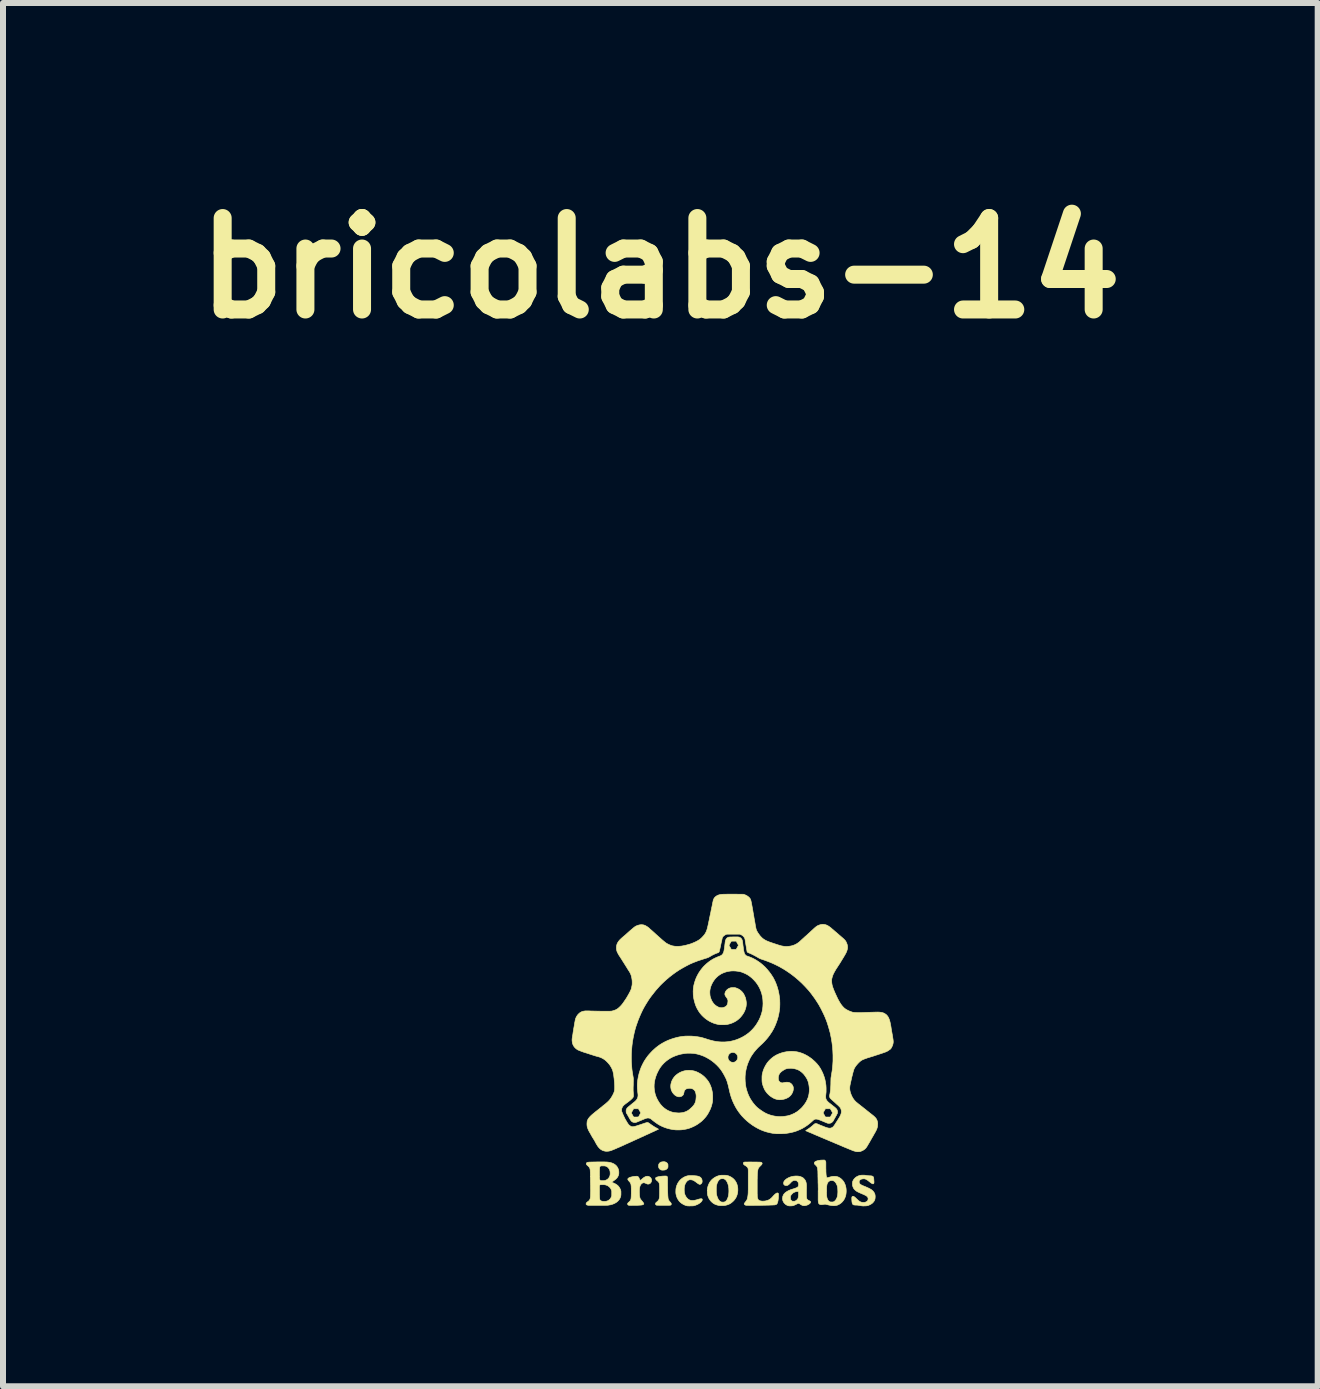
<source format=kicad_pcb>
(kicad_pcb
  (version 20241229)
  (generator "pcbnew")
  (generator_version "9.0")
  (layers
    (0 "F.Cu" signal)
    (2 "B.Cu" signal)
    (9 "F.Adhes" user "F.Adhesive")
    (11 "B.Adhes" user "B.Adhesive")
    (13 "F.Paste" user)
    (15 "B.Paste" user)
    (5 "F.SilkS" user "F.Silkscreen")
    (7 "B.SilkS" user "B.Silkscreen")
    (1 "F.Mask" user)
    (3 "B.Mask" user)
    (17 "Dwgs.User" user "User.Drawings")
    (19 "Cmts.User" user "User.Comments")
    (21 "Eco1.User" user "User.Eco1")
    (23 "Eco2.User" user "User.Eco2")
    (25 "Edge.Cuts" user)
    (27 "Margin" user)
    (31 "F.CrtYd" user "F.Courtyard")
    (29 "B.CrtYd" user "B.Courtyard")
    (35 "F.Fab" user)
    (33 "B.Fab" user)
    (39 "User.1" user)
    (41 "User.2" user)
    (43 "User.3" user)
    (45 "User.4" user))
  (footprint "bricolabs-14"
    (layer "F.Cu")
    (at 9.159 14.448)
    (property "Reference" "bricolabs-14" (at -1.205 -13.03 0) (layer "F.SilkS") (effects (font (size 1.524 1.524) (thickness 0.3))))
    (attr through_hole)
    (fp_poly (pts (xy -1.138 1.861) (xy -1.121 1.865) (xy -1.107 1.871) (xy -1.095 1.88) (xy -1.086 1.891) (xy -1.083 1.896) (xy -1.081 1.901) (xy -1.079 1.905) (xy -1.078 1.909) (xy -1.078 1.914) (xy -1.078 1.922) (xy -1.078 1.931) (xy -1.078 1.942) (xy -1.078 1.951) (xy -1.08 1.957) (xy -1.082 1.963) (xy -1.086 1.968) (xy -1.091 1.974) (xy -1.093 1.977) (xy -1.104 1.987) (xy -1.116 1.994) (xy -1.128 1.998) (xy -1.133 1.999) (xy -1.145 2) (xy -1.158 2.001) (xy -1.172 2.001) (xy -1.184 2) (xy -1.186 1.999) (xy -1.198 1.996) (xy -1.209 1.989) (xy -1.219 1.98) (xy -1.227 1.969) (xy -1.232 1.957) (xy -1.235 1.944) (xy -1.235 1.93) (xy -1.234 1.916) (xy -1.231 1.903) (xy -1.23 1.901) (xy -1.224 1.891) (xy -1.216 1.882) (xy -1.208 1.874) (xy -1.199 1.869) (xy -1.198 1.868) (xy -1.19 1.866) (xy -1.18 1.864) (xy -1.168 1.862) (xy -1.156 1.861) (xy -1.145 1.861) (xy -1.138 1.861)) (stroke (width 0.01) (type solid)) (fill yes) (layer "F.SilkS"))
    (fp_poly (pts (xy -1.118 2.099) (xy -1.111 2.099) (xy -1.106 2.1) (xy -1.103 2.101) (xy -1.1 2.102) (xy -1.097 2.103) (xy -1.095 2.105) (xy -1.093 2.107) (xy -1.091 2.109) (xy -1.089 2.111) (xy -1.088 2.114) (xy -1.087 2.118) (xy -1.086 2.124) (xy -1.086 2.131) (xy -1.085 2.14) (xy -1.085 2.152) (xy -1.085 2.166) (xy -1.085 2.183) (xy -1.085 2.203) (xy -1.085 2.219) (xy -1.085 2.259) (xy -1.084 2.296) (xy -1.084 2.33) (xy -1.083 2.36) (xy -1.082 2.387) (xy -1.081 2.41) (xy -1.08 2.431) (xy -1.078 2.449) (xy -1.077 2.464) (xy -1.075 2.476) (xy -1.072 2.488) (xy -1.067 2.499) (xy -1.061 2.509) (xy -1.052 2.521) (xy -1.047 2.526) (xy -1.039 2.535) (xy -1.033 2.542) (xy -1.029 2.548) (xy -1.026 2.552) (xy -1.024 2.556) (xy -1.023 2.561) (xy -1.023 2.565) (xy -1.023 2.566) (xy -1.024 2.573) (xy -1.025 2.578) (xy -1.026 2.579) (xy -1.028 2.581) (xy -1.03 2.582) (xy -1.032 2.583) (xy -1.035 2.584) (xy -1.038 2.585) (xy -1.043 2.586) (xy -1.049 2.586) (xy -1.057 2.587) (xy -1.067 2.587) (xy -1.079 2.587) (xy -1.094 2.587) (xy -1.112 2.587) (xy -1.133 2.587) (xy -1.152 2.587) (xy -1.172 2.587) (xy -1.191 2.587) (xy -1.209 2.587) (xy -1.225 2.587) (xy -1.239 2.586) (xy -1.25 2.586) (xy -1.259 2.586) (xy -1.265 2.586) (xy -1.268 2.585) (xy -1.268 2.585) (xy -1.277 2.581) (xy -1.283 2.575) (xy -1.286 2.566) (xy -1.286 2.558) (xy -1.285 2.554) (xy -1.283 2.549) (xy -1.279 2.545) (xy -1.274 2.54) (xy -1.267 2.533) (xy -1.26 2.528) (xy -1.248 2.517) (xy -1.238 2.505) (xy -1.23 2.493) (xy -1.225 2.479) (xy -1.222 2.463) (xy -1.222 2.462) (xy -1.221 2.455) (xy -1.22 2.445) (xy -1.219 2.432) (xy -1.219 2.417) (xy -1.218 2.401) (xy -1.218 2.383) (xy -1.218 2.365) (xy -1.218 2.346) (xy -1.218 2.328) (xy -1.218 2.31) (xy -1.218 2.294) (xy -1.218 2.28) (xy -1.219 2.267) (xy -1.219 2.263) (xy -1.22 2.248) (xy -1.222 2.236) (xy -1.223 2.226) (xy -1.225 2.218) (xy -1.228 2.211) (xy -1.229 2.209) (xy -1.233 2.202) (xy -1.241 2.193) (xy -1.249 2.185) (xy -1.259 2.177) (xy -1.261 2.175) (xy -1.272 2.166) (xy -1.279 2.157) (xy -1.283 2.149) (xy -1.285 2.141) (xy -1.284 2.134) (xy -1.282 2.129) (xy -1.277 2.124) (xy -1.273 2.122) (xy -1.265 2.118) (xy -1.254 2.115) (xy -1.24 2.111) (xy -1.225 2.108) (xy -1.208 2.105) (xy -1.19 2.103) (xy -1.171 2.101) (xy -1.153 2.1) (xy -1.135 2.099) (xy -1.129 2.099) (xy -1.118 2.099)) (stroke (width 0.01) (type solid)) (fill yes) (layer "F.SilkS"))
    (fp_poly (pts (xy -0.138 2.086) (xy -0.124 2.086) (xy -0.113 2.087) (xy -0.102 2.088) (xy -0.092 2.09) (xy -0.083 2.092) (xy -0.072 2.095) (xy -0.071 2.096) (xy -0.046 2.106) (xy -0.022 2.119) (xy 0.001 2.135) (xy 0.021 2.153) (xy 0.039 2.174) (xy 0.045 2.183) (xy 0.059 2.206) (xy 0.07 2.231) (xy 0.078 2.258) (xy 0.084 2.286) (xy 0.086 2.315) (xy 0.086 2.344) (xy 0.083 2.373) (xy 0.077 2.402) (xy 0.069 2.427) (xy 0.058 2.453) (xy 0.043 2.478) (xy 0.024 2.503) (xy 0.015 2.513) (xy -0.008 2.534) (xy -0.031 2.552) (xy -0.057 2.567) (xy -0.084 2.578) (xy -0.113 2.586) (xy -0.131 2.59) (xy -0.143 2.591) (xy -0.158 2.592) (xy -0.173 2.592) (xy -0.19 2.592) (xy -0.205 2.592) (xy -0.219 2.591) (xy -0.228 2.59) (xy -0.246 2.586) (xy -0.265 2.581) (xy -0.284 2.574) (xy -0.3 2.567) (xy -0.301 2.567) (xy -0.324 2.553) (xy -0.345 2.536) (xy -0.364 2.517) (xy -0.381 2.496) (xy -0.396 2.472) (xy -0.407 2.447) (xy -0.416 2.421) (xy -0.42 2.403) (xy -0.421 2.394) (xy -0.422 2.382) (xy -0.422 2.369) (xy -0.423 2.354) (xy -0.423 2.34) (xy -0.422 2.328) (xy -0.273 2.328) (xy -0.273 2.344) (xy -0.273 2.36) (xy -0.272 2.374) (xy -0.271 2.387) (xy -0.27 2.397) (xy -0.27 2.399) (xy -0.264 2.426) (xy -0.256 2.45) (xy -0.247 2.472) (xy -0.237 2.49) (xy -0.225 2.506) (xy -0.213 2.518) (xy -0.199 2.527) (xy -0.188 2.532) (xy -0.181 2.533) (xy -0.171 2.534) (xy -0.16 2.534) (xy -0.151 2.534) (xy -0.144 2.533) (xy -0.139 2.532) (xy -0.134 2.53) (xy -0.129 2.528) (xy -0.128 2.528) (xy -0.116 2.52) (xy -0.106 2.51) (xy -0.096 2.497) (xy -0.09 2.485) (xy -0.081 2.464) (xy -0.073 2.441) (xy -0.068 2.417) (xy -0.065 2.391) (xy -0.063 2.364) (xy -0.063 2.333) (xy -0.064 2.322) (xy -0.064 2.309) (xy -0.066 2.295) (xy -0.067 2.283) (xy -0.068 2.272) (xy -0.069 2.269) (xy -0.075 2.245) (xy -0.082 2.223) (xy -0.091 2.202) (xy -0.101 2.185) (xy -0.108 2.174) (xy -0.12 2.162) (xy -0.133 2.152) (xy -0.146 2.146) (xy -0.161 2.143) (xy -0.176 2.143) (xy -0.19 2.145) (xy -0.203 2.148) (xy -0.214 2.154) (xy -0.223 2.162) (xy -0.234 2.174) (xy -0.244 2.188) (xy -0.252 2.204) (xy -0.26 2.224) (xy -0.266 2.246) (xy -0.27 2.263) (xy -0.271 2.272) (xy -0.272 2.283) (xy -0.273 2.297) (xy -0.273 2.312) (xy -0.273 2.328) (xy -0.422 2.328) (xy -0.422 2.327) (xy -0.421 2.316) (xy -0.421 2.311) (xy -0.415 2.282) (xy -0.406 2.253) (xy -0.394 2.226) (xy -0.381 2.202) (xy -0.378 2.198) (xy -0.361 2.175) (xy -0.341 2.154) (xy -0.318 2.136) (xy -0.294 2.12) (xy -0.267 2.106) (xy -0.24 2.096) (xy -0.217 2.09) (xy -0.21 2.088) (xy -0.203 2.087) (xy -0.197 2.087) (xy -0.189 2.086) (xy -0.18 2.086) (xy -0.169 2.086) (xy -0.155 2.086) (xy -0.138 2.086)) (stroke (width 0.01) (type solid)) (fill yes) (layer "F.SilkS"))
    (fp_poly (pts (xy -0.696 2.092) (xy -0.679 2.092) (xy -0.677 2.092) (xy -0.649 2.093) (xy -0.625 2.095) (xy -0.603 2.097) (xy -0.585 2.1) (xy -0.569 2.104) (xy -0.555 2.11) (xy -0.544 2.116) (xy -0.534 2.123) (xy -0.526 2.132) (xy -0.52 2.142) (xy -0.518 2.144) (xy -0.513 2.156) (xy -0.51 2.17) (xy -0.508 2.184) (xy -0.509 2.196) (xy -0.511 2.208) (xy -0.513 2.213) (xy -0.519 2.222) (xy -0.527 2.23) (xy -0.535 2.235) (xy -0.544 2.238) (xy -0.552 2.238) (xy -0.559 2.236) (xy -0.567 2.231) (xy -0.578 2.225) (xy -0.59 2.216) (xy -0.603 2.207) (xy -0.618 2.195) (xy -0.631 2.186) (xy -0.643 2.179) (xy -0.653 2.173) (xy -0.663 2.169) (xy -0.673 2.165) (xy -0.68 2.164) (xy -0.698 2.161) (xy -0.715 2.161) (xy -0.73 2.165) (xy -0.744 2.172) (xy -0.757 2.182) (xy -0.761 2.187) (xy -0.774 2.202) (xy -0.785 2.219) (xy -0.793 2.237) (xy -0.8 2.258) (xy -0.804 2.28) (xy -0.807 2.306) (xy -0.807 2.334) (xy -0.807 2.343) (xy -0.806 2.356) (xy -0.806 2.366) (xy -0.805 2.374) (xy -0.803 2.382) (xy -0.802 2.389) (xy -0.801 2.391) (xy -0.794 2.413) (xy -0.784 2.433) (xy -0.773 2.452) (xy -0.759 2.468) (xy -0.745 2.482) (xy -0.729 2.493) (xy -0.714 2.5) (xy -0.696 2.505) (xy -0.676 2.507) (xy -0.655 2.506) (xy -0.631 2.503) (xy -0.605 2.497) (xy -0.592 2.493) (xy -0.572 2.487) (xy -0.555 2.482) (xy -0.541 2.479) (xy -0.529 2.478) (xy -0.52 2.478) (xy -0.514 2.479) (xy -0.511 2.481) (xy -0.508 2.483) (xy -0.507 2.487) (xy -0.506 2.492) (xy -0.506 2.492) (xy -0.508 2.504) (xy -0.513 2.515) (xy -0.522 2.527) (xy -0.533 2.538) (xy -0.548 2.55) (xy -0.565 2.561) (xy -0.577 2.568) (xy -0.593 2.576) (xy -0.609 2.582) (xy -0.624 2.588) (xy -0.64 2.592) (xy -0.646 2.594) (xy -0.651 2.595) (xy -0.657 2.596) (xy -0.663 2.596) (xy -0.671 2.597) (xy -0.68 2.597) (xy -0.692 2.597) (xy -0.702 2.597) (xy -0.717 2.598) (xy -0.728 2.598) (xy -0.737 2.597) (xy -0.745 2.597) (xy -0.751 2.597) (xy -0.756 2.596) (xy -0.762 2.595) (xy -0.762 2.595) (xy -0.79 2.587) (xy -0.817 2.575) (xy -0.819 2.574) (xy -0.844 2.559) (xy -0.867 2.542) (xy -0.887 2.523) (xy -0.904 2.5) (xy -0.919 2.476) (xy -0.931 2.449) (xy -0.935 2.436) (xy -0.939 2.423) (xy -0.942 2.411) (xy -0.944 2.4) (xy -0.946 2.388) (xy -0.947 2.376) (xy -0.947 2.361) (xy -0.947 2.346) (xy -0.946 2.333) (xy -0.946 2.323) (xy -0.945 2.314) (xy -0.944 2.307) (xy -0.943 2.301) (xy -0.942 2.294) (xy -0.94 2.287) (xy -0.932 2.259) (xy -0.921 2.233) (xy -0.909 2.21) (xy -0.894 2.189) (xy -0.877 2.168) (xy -0.872 2.163) (xy -0.852 2.145) (xy -0.831 2.13) (xy -0.809 2.117) (xy -0.785 2.106) (xy -0.773 2.102) (xy -0.764 2.099) (xy -0.756 2.097) (xy -0.748 2.095) (xy -0.74 2.094) (xy -0.732 2.093) (xy -0.722 2.092) (xy -0.71 2.092) (xy -0.696 2.092)) (stroke (width 0.01) (type solid)) (fill yes) (layer "F.SilkS"))
    (fp_poly (pts (xy -1.415 2.103) (xy -1.399 2.106) (xy -1.385 2.113) (xy -1.372 2.122) (xy -1.362 2.134) (xy -1.355 2.147) (xy -1.351 2.162) (xy -1.351 2.176) (xy -1.354 2.191) (xy -1.358 2.201) (xy -1.366 2.213) (xy -1.376 2.223) (xy -1.388 2.23) (xy -1.401 2.233) (xy -1.409 2.234) (xy -1.414 2.234) (xy -1.419 2.233) (xy -1.425 2.231) (xy -1.432 2.228) (xy -1.44 2.225) (xy -1.453 2.219) (xy -1.464 2.215) (xy -1.473 2.212) (xy -1.481 2.212) (xy -1.488 2.212) (xy -1.496 2.214) (xy -1.5 2.216) (xy -1.511 2.221) (xy -1.521 2.23) (xy -1.531 2.242) (xy -1.539 2.256) (xy -1.545 2.271) (xy -1.547 2.28) (xy -1.55 2.291) (xy -1.552 2.302) (xy -1.553 2.314) (xy -1.554 2.327) (xy -1.555 2.343) (xy -1.555 2.362) (xy -1.555 2.364) (xy -1.554 2.392) (xy -1.553 2.417) (xy -1.551 2.438) (xy -1.547 2.456) (xy -1.543 2.471) (xy -1.539 2.479) (xy -1.537 2.484) (xy -1.532 2.49) (xy -1.525 2.498) (xy -1.518 2.507) (xy -1.513 2.513) (xy -1.501 2.527) (xy -1.492 2.539) (xy -1.486 2.549) (xy -1.482 2.557) (xy -1.48 2.563) (xy -1.482 2.567) (xy -1.486 2.571) (xy -1.492 2.575) (xy -1.499 2.578) (xy -1.506 2.58) (xy -1.515 2.582) (xy -1.525 2.583) (xy -1.536 2.584) (xy -1.55 2.585) (xy -1.565 2.586) (xy -1.583 2.587) (xy -1.603 2.588) (xy -1.627 2.588) (xy -1.644 2.588) (xy -1.664 2.588) (xy -1.68 2.588) (xy -1.694 2.589) (xy -1.704 2.588) (xy -1.713 2.588) (xy -1.72 2.588) (xy -1.725 2.588) (xy -1.729 2.587) (xy -1.732 2.587) (xy -1.733 2.586) (xy -1.742 2.582) (xy -1.747 2.576) (xy -1.751 2.568) (xy -1.751 2.56) (xy -1.748 2.553) (xy -1.745 2.549) (xy -1.74 2.543) (xy -1.733 2.536) (xy -1.724 2.529) (xy -1.721 2.526) (xy -1.712 2.517) (xy -1.704 2.506) (xy -1.698 2.492) (xy -1.694 2.478) (xy -1.694 2.477) (xy -1.693 2.47) (xy -1.692 2.46) (xy -1.691 2.447) (xy -1.69 2.432) (xy -1.69 2.415) (xy -1.689 2.396) (xy -1.689 2.378) (xy -1.689 2.358) (xy -1.689 2.339) (xy -1.689 2.321) (xy -1.689 2.304) (xy -1.69 2.289) (xy -1.69 2.276) (xy -1.691 2.267) (xy -1.693 2.25) (xy -1.695 2.237) (xy -1.699 2.226) (xy -1.704 2.215) (xy -1.71 2.205) (xy -1.719 2.194) (xy -1.724 2.189) (xy -1.733 2.178) (xy -1.74 2.169) (xy -1.745 2.162) (xy -1.747 2.155) (xy -1.747 2.149) (xy -1.745 2.143) (xy -1.744 2.141) (xy -1.738 2.136) (xy -1.73 2.13) (xy -1.719 2.124) (xy -1.705 2.119) (xy -1.689 2.115) (xy -1.672 2.111) (xy -1.654 2.107) (xy -1.635 2.105) (xy -1.618 2.104) (xy -1.605 2.103) (xy -1.595 2.103) (xy -1.588 2.105) (xy -1.581 2.107) (xy -1.576 2.11) (xy -1.575 2.111) (xy -1.568 2.119) (xy -1.561 2.129) (xy -1.557 2.14) (xy -1.553 2.15) (xy -1.548 2.159) (xy -1.544 2.165) (xy -1.54 2.168) (xy -1.538 2.169) (xy -1.535 2.169) (xy -1.531 2.167) (xy -1.526 2.163) (xy -1.519 2.157) (xy -1.513 2.152) (xy -1.495 2.136) (xy -1.479 2.124) (xy -1.464 2.115) (xy -1.449 2.108) (xy -1.435 2.104) (xy -1.422 2.103) (xy -1.415 2.103)) (stroke (width 0.01) (type solid)) (fill yes) (layer "F.SilkS"))
    (fp_poly (pts (xy 2.189 2.085) (xy 2.203 2.086) (xy 2.212 2.087) (xy 2.225 2.089) (xy 2.237 2.091) (xy 2.246 2.092) (xy 2.255 2.093) (xy 2.264 2.094) (xy 2.274 2.095) (xy 2.286 2.095) (xy 2.3 2.096) (xy 2.31 2.097) (xy 2.318 2.098) (xy 2.324 2.1) (xy 2.329 2.102) (xy 2.334 2.104) (xy 2.337 2.106) (xy 2.341 2.11) (xy 2.344 2.115) (xy 2.347 2.121) (xy 2.349 2.129) (xy 2.351 2.139) (xy 2.352 2.152) (xy 2.353 2.167) (xy 2.354 2.182) (xy 2.355 2.196) (xy 2.355 2.206) (xy 2.354 2.214) (xy 2.353 2.217) (xy 2.351 2.223) (xy 2.347 2.228) (xy 2.341 2.229) (xy 2.334 2.229) (xy 2.325 2.226) (xy 2.315 2.22) (xy 2.302 2.212) (xy 2.288 2.201) (xy 2.274 2.19) (xy 2.257 2.176) (xy 2.241 2.165) (xy 2.228 2.157) (xy 2.215 2.151) (xy 2.203 2.147) (xy 2.198 2.146) (xy 2.186 2.145) (xy 2.173 2.146) (xy 2.159 2.148) (xy 2.146 2.151) (xy 2.137 2.154) (xy 2.125 2.162) (xy 2.116 2.172) (xy 2.11 2.183) (xy 2.108 2.195) (xy 2.109 2.208) (xy 2.11 2.214) (xy 2.115 2.223) (xy 2.122 2.232) (xy 2.132 2.24) (xy 2.145 2.248) (xy 2.159 2.255) (xy 2.16 2.256) (xy 2.185 2.266) (xy 2.207 2.275) (xy 2.226 2.283) (xy 2.243 2.291) (xy 2.257 2.297) (xy 2.27 2.303) (xy 2.281 2.309) (xy 2.291 2.314) (xy 2.3 2.32) (xy 2.309 2.325) (xy 2.317 2.33) (xy 2.317 2.331) (xy 2.333 2.344) (xy 2.347 2.359) (xy 2.358 2.376) (xy 2.367 2.393) (xy 2.372 2.411) (xy 2.373 2.415) (xy 2.374 2.425) (xy 2.375 2.437) (xy 2.375 2.449) (xy 2.374 2.462) (xy 2.373 2.473) (xy 2.372 2.48) (xy 2.367 2.498) (xy 2.358 2.516) (xy 2.346 2.532) (xy 2.332 2.548) (xy 2.315 2.561) (xy 2.296 2.573) (xy 2.275 2.583) (xy 2.275 2.583) (xy 2.263 2.588) (xy 2.254 2.591) (xy 2.244 2.593) (xy 2.234 2.595) (xy 2.223 2.596) (xy 2.21 2.597) (xy 2.196 2.597) (xy 2.184 2.598) (xy 2.174 2.598) (xy 2.165 2.597) (xy 2.158 2.597) (xy 2.15 2.596) (xy 2.141 2.594) (xy 2.13 2.593) (xy 2.125 2.592) (xy 2.109 2.589) (xy 2.095 2.587) (xy 2.082 2.585) (xy 2.069 2.584) (xy 2.055 2.584) (xy 2.04 2.583) (xy 2.029 2.582) (xy 2.021 2.581) (xy 2.014 2.579) (xy 2.009 2.577) (xy 2.005 2.573) (xy 2.001 2.569) (xy 1.999 2.567) (xy 1.995 2.559) (xy 1.992 2.549) (xy 1.989 2.535) (xy 1.987 2.519) (xy 1.986 2.501) (xy 1.985 2.482) (xy 1.985 2.476) (xy 1.985 2.462) (xy 1.987 2.452) (xy 1.99 2.445) (xy 1.994 2.44) (xy 2 2.437) (xy 2.006 2.437) (xy 2.012 2.437) (xy 2.019 2.44) (xy 2.027 2.445) (xy 2.037 2.453) (xy 2.048 2.462) (xy 2.061 2.475) (xy 2.062 2.476) (xy 2.075 2.488) (xy 2.086 2.498) (xy 2.094 2.506) (xy 2.102 2.512) (xy 2.108 2.517) (xy 2.114 2.521) (xy 2.12 2.525) (xy 2.123 2.526) (xy 2.136 2.532) (xy 2.148 2.536) (xy 2.162 2.538) (xy 2.177 2.539) (xy 2.178 2.539) (xy 2.188 2.539) (xy 2.196 2.538) (xy 2.203 2.537) (xy 2.21 2.535) (xy 2.213 2.534) (xy 2.228 2.528) (xy 2.239 2.52) (xy 2.248 2.512) (xy 2.253 2.502) (xy 2.256 2.49) (xy 2.257 2.48) (xy 2.257 2.471) (xy 2.255 2.463) (xy 2.252 2.456) (xy 2.248 2.449) (xy 2.242 2.442) (xy 2.234 2.435) (xy 2.224 2.428) (xy 2.212 2.421) (xy 2.197 2.414) (xy 2.179 2.405) (xy 2.158 2.397) (xy 2.138 2.388) (xy 2.119 2.38) (xy 2.1 2.371) (xy 2.083 2.363) (xy 2.069 2.355) (xy 2.057 2.347) (xy 2.056 2.346) (xy 2.038 2.331) (xy 2.023 2.315) (xy 2.011 2.296) (xy 2.003 2.275) (xy 1.998 2.26) (xy 1.997 2.249) (xy 1.996 2.235) (xy 1.996 2.221) (xy 1.997 2.207) (xy 1.999 2.195) (xy 2.001 2.188) (xy 2.009 2.17) (xy 2.02 2.153) (xy 2.034 2.137) (xy 2.05 2.122) (xy 2.068 2.11) (xy 2.088 2.1) (xy 2.109 2.092) (xy 2.116 2.09) (xy 2.127 2.088) (xy 2.141 2.086) (xy 2.157 2.085) (xy 2.173 2.085) (xy 2.189 2.085)) (stroke (width 0.01) (type solid)) (fill yes) (layer "F.SilkS"))
    (fp_poly (pts (xy 1.088 2.1) (xy 1.114 2.104) (xy 1.136 2.111) (xy 1.157 2.12) (xy 1.175 2.131) (xy 1.188 2.144) (xy 1.199 2.156) (xy 1.208 2.169) (xy 1.215 2.182) (xy 1.221 2.197) (xy 1.224 2.209) (xy 1.226 2.219) (xy 1.228 2.231) (xy 1.229 2.243) (xy 1.23 2.258) (xy 1.23 2.275) (xy 1.23 2.294) (xy 1.23 2.309) (xy 1.229 2.332) (xy 1.229 2.355) (xy 1.229 2.376) (xy 1.229 2.396) (xy 1.229 2.413) (xy 1.229 2.428) (xy 1.23 2.44) (xy 1.23 2.447) (xy 1.232 2.461) (xy 1.234 2.473) (xy 1.238 2.482) (xy 1.243 2.49) (xy 1.25 2.496) (xy 1.259 2.502) (xy 1.271 2.508) (xy 1.282 2.514) (xy 1.291 2.519) (xy 1.296 2.524) (xy 1.299 2.529) (xy 1.299 2.535) (xy 1.297 2.541) (xy 1.296 2.545) (xy 1.29 2.552) (xy 1.282 2.56) (xy 1.271 2.568) (xy 1.259 2.575) (xy 1.245 2.582) (xy 1.23 2.587) (xy 1.215 2.591) (xy 1.205 2.593) (xy 1.192 2.594) (xy 1.179 2.593) (xy 1.166 2.59) (xy 1.152 2.584) (xy 1.137 2.576) (xy 1.126 2.569) (xy 1.119 2.564) (xy 1.112 2.559) (xy 1.106 2.557) (xy 1.102 2.555) (xy 1.099 2.555) (xy 1.095 2.555) (xy 1.091 2.556) (xy 1.085 2.558) (xy 1.078 2.561) (xy 1.069 2.566) (xy 1.057 2.571) (xy 1.052 2.574) (xy 1.039 2.58) (xy 1.028 2.585) (xy 1.017 2.59) (xy 1.009 2.592) (xy 1.008 2.593) (xy 0.997 2.595) (xy 0.985 2.596) (xy 0.971 2.597) (xy 0.957 2.597) (xy 0.945 2.597) (xy 0.934 2.596) (xy 0.932 2.595) (xy 0.912 2.589) (xy 0.894 2.58) (xy 0.877 2.568) (xy 0.863 2.554) (xy 0.85 2.538) (xy 0.841 2.52) (xy 0.836 2.508) (xy 0.833 2.496) (xy 0.832 2.482) (xy 0.832 2.467) (xy 0.833 2.457) (xy 0.962 2.457) (xy 0.962 2.47) (xy 0.963 2.481) (xy 0.966 2.489) (xy 0.97 2.497) (xy 0.976 2.504) (xy 0.982 2.511) (xy 0.988 2.515) (xy 0.994 2.518) (xy 1.002 2.519) (xy 1.012 2.519) (xy 1.02 2.519) (xy 1.029 2.519) (xy 1.035 2.518) (xy 1.041 2.516) (xy 1.048 2.513) (xy 1.059 2.506) (xy 1.069 2.498) (xy 1.078 2.489) (xy 1.085 2.479) (xy 1.088 2.474) (xy 1.091 2.465) (xy 1.093 2.455) (xy 1.095 2.443) (xy 1.097 2.429) (xy 1.098 2.413) (xy 1.098 2.393) (xy 1.098 2.37) (xy 1.098 2.37) (xy 1.097 2.364) (xy 1.093 2.36) (xy 1.087 2.357) (xy 1.079 2.357) (xy 1.061 2.358) (xy 1.042 2.364) (xy 1.025 2.371) (xy 1.017 2.375) (xy 1.01 2.379) (xy 1.004 2.384) (xy 0.997 2.39) (xy 0.991 2.396) (xy 0.983 2.405) (xy 0.976 2.413) (xy 0.971 2.42) (xy 0.969 2.425) (xy 0.966 2.431) (xy 0.964 2.436) (xy 0.963 2.441) (xy 0.962 2.448) (xy 0.962 2.457) (xy 0.833 2.457) (xy 0.833 2.452) (xy 0.835 2.44) (xy 0.836 2.437) (xy 0.843 2.42) (xy 0.851 2.404) (xy 0.863 2.39) (xy 0.877 2.376) (xy 0.894 2.364) (xy 0.913 2.352) (xy 0.936 2.34) (xy 0.962 2.329) (xy 0.992 2.319) (xy 1.009 2.314) (xy 1.028 2.308) (xy 1.044 2.302) (xy 1.057 2.297) (xy 1.067 2.293) (xy 1.075 2.288) (xy 1.082 2.284) (xy 1.087 2.279) (xy 1.091 2.273) (xy 1.093 2.27) (xy 1.097 2.257) (xy 1.099 2.243) (xy 1.098 2.229) (xy 1.095 2.214) (xy 1.089 2.201) (xy 1.081 2.19) (xy 1.078 2.188) (xy 1.069 2.181) (xy 1.06 2.176) (xy 1.05 2.173) (xy 1.037 2.172) (xy 1.037 2.172) (xy 1.028 2.172) (xy 1.022 2.172) (xy 1.017 2.173) (xy 1.012 2.175) (xy 1.012 2.175) (xy 0.997 2.183) (xy 0.983 2.194) (xy 0.968 2.209) (xy 0.964 2.214) (xy 0.949 2.229) (xy 0.936 2.241) (xy 0.923 2.25) (xy 0.916 2.254) (xy 0.907 2.257) (xy 0.896 2.258) (xy 0.885 2.257) (xy 0.875 2.256) (xy 0.872 2.255) (xy 0.864 2.25) (xy 0.857 2.244) (xy 0.852 2.237) (xy 0.85 2.231) (xy 0.849 2.221) (xy 0.85 2.209) (xy 0.852 2.199) (xy 0.855 2.191) (xy 0.86 2.182) (xy 0.869 2.172) (xy 0.879 2.162) (xy 0.891 2.152) (xy 0.9 2.145) (xy 0.926 2.13) (xy 0.955 2.117) (xy 0.985 2.108) (xy 1.016 2.102) (xy 1.049 2.099) (xy 1.06 2.099) (xy 1.088 2.1)) (stroke (width 0.01) (type solid)) (fill yes) (layer "F.SilkS"))
    (fp_poly (pts (xy 1.538 1.839) (xy 1.543 1.844) (xy 1.548 1.852) (xy 1.549 1.853) (xy 1.55 1.855) (xy 1.551 1.858) (xy 1.551 1.86) (xy 1.552 1.864) (xy 1.552 1.868) (xy 1.553 1.874) (xy 1.553 1.881) (xy 1.553 1.891) (xy 1.553 1.903) (xy 1.553 1.918) (xy 1.553 1.936) (xy 1.553 1.939) (xy 1.553 1.97) (xy 1.554 1.998) (xy 1.554 2.022) (xy 1.555 2.043) (xy 1.556 2.061) (xy 1.557 2.075) (xy 1.558 2.086) (xy 1.559 2.091) (xy 1.561 2.102) (xy 1.564 2.112) (xy 1.567 2.12) (xy 1.571 2.125) (xy 1.571 2.125) (xy 1.573 2.127) (xy 1.576 2.128) (xy 1.579 2.128) (xy 1.584 2.127) (xy 1.591 2.125) (xy 1.601 2.122) (xy 1.613 2.118) (xy 1.614 2.118) (xy 1.631 2.113) (xy 1.647 2.109) (xy 1.661 2.106) (xy 1.674 2.105) (xy 1.688 2.104) (xy 1.695 2.104) (xy 1.715 2.105) (xy 1.732 2.107) (xy 1.749 2.112) (xy 1.765 2.118) (xy 1.77 2.121) (xy 1.794 2.135) (xy 1.815 2.152) (xy 1.833 2.171) (xy 1.85 2.192) (xy 1.863 2.216) (xy 1.874 2.242) (xy 1.883 2.27) (xy 1.889 2.3) (xy 1.892 2.332) (xy 1.892 2.365) (xy 1.892 2.365) (xy 1.889 2.396) (xy 1.884 2.425) (xy 1.875 2.451) (xy 1.864 2.477) (xy 1.85 2.501) (xy 1.833 2.523) (xy 1.814 2.543) (xy 1.793 2.559) (xy 1.771 2.573) (xy 1.747 2.584) (xy 1.729 2.589) (xy 1.718 2.591) (xy 1.703 2.593) (xy 1.688 2.594) (xy 1.672 2.593) (xy 1.658 2.592) (xy 1.653 2.592) (xy 1.642 2.59) (xy 1.629 2.588) (xy 1.613 2.585) (xy 1.595 2.581) (xy 1.574 2.576) (xy 1.565 2.574) (xy 1.54 2.568) (xy 1.511 2.573) (xy 1.495 2.575) (xy 1.483 2.576) (xy 1.472 2.576) (xy 1.463 2.575) (xy 1.456 2.573) (xy 1.45 2.571) (xy 1.446 2.568) (xy 1.442 2.565) (xy 1.438 2.561) (xy 1.435 2.557) (xy 1.433 2.551) (xy 1.43 2.545) (xy 1.429 2.536) (xy 1.427 2.526) (xy 1.426 2.514) (xy 1.425 2.5) (xy 1.425 2.483) (xy 1.425 2.463) (xy 1.425 2.441) (xy 1.425 2.415) (xy 1.425 2.387) (xy 1.425 2.369) (xy 1.564 2.369) (xy 1.565 2.39) (xy 1.565 2.409) (xy 1.566 2.427) (xy 1.568 2.441) (xy 1.571 2.459) (xy 1.576 2.476) (xy 1.583 2.491) (xy 1.591 2.505) (xy 1.601 2.516) (xy 1.611 2.523) (xy 1.618 2.527) (xy 1.624 2.53) (xy 1.631 2.531) (xy 1.638 2.532) (xy 1.648 2.532) (xy 1.654 2.532) (xy 1.663 2.532) (xy 1.67 2.532) (xy 1.675 2.531) (xy 1.68 2.529) (xy 1.684 2.527) (xy 1.685 2.527) (xy 1.698 2.518) (xy 1.71 2.507) (xy 1.721 2.493) (xy 1.731 2.476) (xy 1.739 2.458) (xy 1.744 2.443) (xy 1.746 2.432) (xy 1.749 2.421) (xy 1.75 2.41) (xy 1.751 2.399) (xy 1.752 2.385) (xy 1.753 2.369) (xy 1.753 2.355) (xy 1.752 2.333) (xy 1.751 2.314) (xy 1.75 2.297) (xy 1.747 2.282) (xy 1.744 2.268) (xy 1.74 2.255) (xy 1.734 2.242) (xy 1.733 2.239) (xy 1.723 2.22) (xy 1.712 2.204) (xy 1.699 2.191) (xy 1.686 2.182) (xy 1.672 2.176) (xy 1.656 2.174) (xy 1.639 2.174) (xy 1.633 2.175) (xy 1.618 2.18) (xy 1.605 2.188) (xy 1.593 2.198) (xy 1.584 2.211) (xy 1.576 2.227) (xy 1.571 2.244) (xy 1.571 2.247) (xy 1.569 2.258) (xy 1.567 2.273) (xy 1.566 2.289) (xy 1.565 2.308) (xy 1.565 2.328) (xy 1.564 2.349) (xy 1.564 2.369) (xy 1.425 2.369) (xy 1.425 2.357) (xy 1.426 2.33) (xy 1.426 2.304) (xy 1.425 2.281) (xy 1.425 2.261) (xy 1.425 2.244) (xy 1.424 2.234) (xy 1.424 2.222) (xy 1.423 2.207) (xy 1.423 2.19) (xy 1.423 2.171) (xy 1.422 2.151) (xy 1.422 2.131) (xy 1.421 2.111) (xy 1.421 2.101) (xy 1.421 2.074) (xy 1.42 2.05) (xy 1.42 2.029) (xy 1.419 2.01) (xy 1.417 1.995) (xy 1.416 1.981) (xy 1.414 1.969) (xy 1.411 1.959) (xy 1.408 1.95) (xy 1.404 1.942) (xy 1.399 1.935) (xy 1.394 1.929) (xy 1.387 1.922) (xy 1.38 1.915) (xy 1.38 1.915) (xy 1.372 1.907) (xy 1.366 1.901) (xy 1.363 1.896) (xy 1.361 1.89) (xy 1.361 1.884) (xy 1.361 1.882) (xy 1.363 1.874) (xy 1.367 1.867) (xy 1.374 1.861) (xy 1.383 1.855) (xy 1.395 1.85) (xy 1.41 1.845) (xy 1.431 1.84) (xy 1.451 1.837) (xy 1.471 1.834) (xy 1.494 1.834) (xy 1.5 1.833) (xy 1.531 1.833) (xy 1.538 1.839)) (stroke (width 0.01) (type solid)) (fill yes) (layer "F.SilkS"))
    (fp_poly (pts (xy 0.308 1.865) (xy 0.331 1.866) (xy 0.354 1.866) (xy 0.376 1.866) (xy 0.397 1.866) (xy 0.405 1.866) (xy 0.423 1.867) (xy 0.437 1.867) (xy 0.448 1.867) (xy 0.457 1.868) (xy 0.464 1.868) (xy 0.469 1.869) (xy 0.472 1.869) (xy 0.475 1.87) (xy 0.477 1.871) (xy 0.479 1.872) (xy 0.48 1.872) (xy 0.487 1.878) (xy 0.491 1.885) (xy 0.491 1.892) (xy 0.491 1.894) (xy 0.488 1.901) (xy 0.482 1.91) (xy 0.473 1.92) (xy 0.461 1.932) (xy 0.459 1.934) (xy 0.447 1.946) (xy 0.437 1.957) (xy 0.43 1.968) (xy 0.425 1.979) (xy 0.421 1.992) (xy 0.418 2.008) (xy 0.417 2.016) (xy 0.415 2.026) (xy 0.414 2.035) (xy 0.413 2.044) (xy 0.412 2.055) (xy 0.412 2.065) (xy 0.411 2.077) (xy 0.411 2.09) (xy 0.41 2.105) (xy 0.41 2.121) (xy 0.41 2.139) (xy 0.409 2.16) (xy 0.409 2.184) (xy 0.409 2.21) (xy 0.409 2.239) (xy 0.409 2.27) (xy 0.409 2.298) (xy 0.409 2.324) (xy 0.409 2.346) (xy 0.409 2.365) (xy 0.409 2.382) (xy 0.409 2.396) (xy 0.41 2.408) (xy 0.41 2.418) (xy 0.41 2.426) (xy 0.41 2.433) (xy 0.41 2.439) (xy 0.411 2.444) (xy 0.411 2.448) (xy 0.412 2.451) (xy 0.412 2.454) (xy 0.412 2.455) (xy 0.416 2.47) (xy 0.421 2.483) (xy 0.426 2.493) (xy 0.43 2.497) (xy 0.439 2.504) (xy 0.451 2.51) (xy 0.466 2.514) (xy 0.484 2.517) (xy 0.496 2.518) (xy 0.521 2.517) (xy 0.544 2.515) (xy 0.567 2.509) (xy 0.574 2.507) (xy 0.589 2.502) (xy 0.603 2.496) (xy 0.616 2.489) (xy 0.628 2.48) (xy 0.64 2.47) (xy 0.654 2.457) (xy 0.666 2.444) (xy 0.68 2.428) (xy 0.693 2.415) (xy 0.704 2.404) (xy 0.714 2.396) (xy 0.723 2.39) (xy 0.731 2.385) (xy 0.738 2.382) (xy 0.739 2.382) (xy 0.747 2.381) (xy 0.754 2.383) (xy 0.76 2.388) (xy 0.761 2.389) (xy 0.762 2.392) (xy 0.763 2.395) (xy 0.763 2.398) (xy 0.764 2.403) (xy 0.764 2.41) (xy 0.763 2.419) (xy 0.763 2.432) (xy 0.763 2.435) (xy 0.762 2.463) (xy 0.759 2.489) (xy 0.756 2.511) (xy 0.751 2.53) (xy 0.746 2.547) (xy 0.742 2.555) (xy 0.739 2.562) (xy 0.736 2.566) (xy 0.732 2.569) (xy 0.728 2.572) (xy 0.725 2.573) (xy 0.714 2.577) (xy 0.702 2.58) (xy 0.702 2.58) (xy 0.695 2.581) (xy 0.684 2.581) (xy 0.671 2.582) (xy 0.655 2.583) (xy 0.636 2.583) (xy 0.616 2.584) (xy 0.594 2.585) (xy 0.57 2.585) (xy 0.546 2.586) (xy 0.52 2.586) (xy 0.494 2.587) (xy 0.467 2.587) (xy 0.441 2.588) (xy 0.414 2.588) (xy 0.389 2.588) (xy 0.364 2.588) (xy 0.34 2.589) (xy 0.318 2.589) (xy 0.297 2.589) (xy 0.278 2.589) (xy 0.262 2.588) (xy 0.248 2.588) (xy 0.237 2.588) (xy 0.229 2.588) (xy 0.225 2.587) (xy 0.215 2.585) (xy 0.206 2.581) (xy 0.199 2.575) (xy 0.194 2.569) (xy 0.193 2.563) (xy 0.193 2.56) (xy 0.194 2.557) (xy 0.198 2.552) (xy 0.202 2.545) (xy 0.208 2.537) (xy 0.213 2.531) (xy 0.22 2.522) (xy 0.226 2.513) (xy 0.231 2.506) (xy 0.235 2.5) (xy 0.237 2.497) (xy 0.241 2.488) (xy 0.245 2.475) (xy 0.248 2.461) (xy 0.251 2.446) (xy 0.253 2.437) (xy 0.254 2.428) (xy 0.255 2.42) (xy 0.256 2.412) (xy 0.257 2.403) (xy 0.258 2.394) (xy 0.258 2.384) (xy 0.259 2.374) (xy 0.259 2.361) (xy 0.259 2.347) (xy 0.26 2.332) (xy 0.26 2.314) (xy 0.26 2.294) (xy 0.26 2.272) (xy 0.26 2.247) (xy 0.26 2.218) (xy 0.26 2.187) (xy 0.26 2.174) (xy 0.26 2.143) (xy 0.26 2.116) (xy 0.26 2.093) (xy 0.26 2.072) (xy 0.26 2.054) (xy 0.26 2.039) (xy 0.26 2.026) (xy 0.26 2.015) (xy 0.26 2.006) (xy 0.259 1.998) (xy 0.259 1.992) (xy 0.259 1.987) (xy 0.259 1.984) (xy 0.258 1.981) (xy 0.258 1.978) (xy 0.257 1.976) (xy 0.254 1.966) (xy 0.249 1.957) (xy 0.242 1.949) (xy 0.233 1.941) (xy 0.221 1.932) (xy 0.212 1.926) (xy 0.2 1.919) (xy 0.19 1.911) (xy 0.183 1.904) (xy 0.18 1.898) (xy 0.178 1.891) (xy 0.178 1.884) (xy 0.18 1.878) (xy 0.181 1.876) (xy 0.184 1.873) (xy 0.189 1.869) (xy 0.189 1.869) (xy 0.191 1.868) (xy 0.193 1.868) (xy 0.197 1.867) (xy 0.201 1.867) (xy 0.207 1.866) (xy 0.215 1.866) (xy 0.226 1.866) (xy 0.239 1.866) (xy 0.255 1.866) (xy 0.267 1.865) (xy 0.286 1.865) (xy 0.308 1.865)) (stroke (width 0.01) (type solid)) (fill yes) (layer "F.SilkS"))
    (fp_poly (pts (xy -2.16 1.864) (xy -2.139 1.864) (xy -2.12 1.865) (xy -2.104 1.865) (xy -2.089 1.866) (xy -2.076 1.868) (xy -2.064 1.869) (xy -2.053 1.871) (xy -2.042 1.873) (xy -2.032 1.876) (xy -2.021 1.879) (xy -2.018 1.88) (xy -1.994 1.889) (xy -1.972 1.901) (xy -1.953 1.915) (xy -1.936 1.931) (xy -1.922 1.95) (xy -1.912 1.969) (xy -1.905 1.985) (xy -1.901 2.001) (xy -1.898 2.018) (xy -1.897 2.037) (xy -1.897 2.04) (xy -1.897 2.055) (xy -1.899 2.068) (xy -1.901 2.079) (xy -1.905 2.091) (xy -1.911 2.103) (xy -1.911 2.105) (xy -1.918 2.117) (xy -1.926 2.128) (xy -1.936 2.14) (xy -1.948 2.151) (xy -1.963 2.163) (xy -1.98 2.176) (xy -1.988 2.181) (xy -1.996 2.187) (xy -2.004 2.193) (xy -2.01 2.197) (xy -2.013 2.2) (xy -2.015 2.201) (xy -2.013 2.202) (xy -2.009 2.205) (xy -2.002 2.208) (xy -1.994 2.212) (xy -1.988 2.214) (xy -1.968 2.223) (xy -1.951 2.232) (xy -1.936 2.241) (xy -1.923 2.251) (xy -1.92 2.253) (xy -1.904 2.268) (xy -1.89 2.287) (xy -1.878 2.307) (xy -1.868 2.329) (xy -1.868 2.329) (xy -1.866 2.335) (xy -1.865 2.34) (xy -1.864 2.345) (xy -1.863 2.35) (xy -1.862 2.357) (xy -1.862 2.366) (xy -1.862 2.378) (xy -1.862 2.379) (xy -1.862 2.395) (xy -1.862 2.408) (xy -1.863 2.418) (xy -1.864 2.428) (xy -1.866 2.437) (xy -1.869 2.447) (xy -1.871 2.453) (xy -1.88 2.474) (xy -1.893 2.495) (xy -1.909 2.513) (xy -1.927 2.53) (xy -1.949 2.545) (xy -1.974 2.558) (xy -2.001 2.569) (xy -2.005 2.57) (xy -2.017 2.573) (xy -2.029 2.577) (xy -2.041 2.58) (xy -2.056 2.582) (xy -2.071 2.585) (xy -2.075 2.585) (xy -2.079 2.586) (xy -2.084 2.586) (xy -2.09 2.587) (xy -2.098 2.587) (xy -2.107 2.587) (xy -2.118 2.587) (xy -2.131 2.588) (xy -2.146 2.588) (xy -2.164 2.588) (xy -2.185 2.588) (xy -2.209 2.588) (xy -2.236 2.588) (xy -2.244 2.588) (xy -2.273 2.588) (xy -2.299 2.588) (xy -2.321 2.588) (xy -2.34 2.588) (xy -2.357 2.588) (xy -2.371 2.588) (xy -2.382 2.588) (xy -2.392 2.588) (xy -2.399 2.588) (xy -2.405 2.587) (xy -2.409 2.587) (xy -2.412 2.586) (xy -2.425 2.583) (xy -2.434 2.579) (xy -2.44 2.574) (xy -2.443 2.567) (xy -2.442 2.559) (xy -2.441 2.555) (xy -2.437 2.547) (xy -2.431 2.539) (xy -2.421 2.531) (xy -2.414 2.526) (xy -2.399 2.515) (xy -2.388 2.502) (xy -2.379 2.488) (xy -2.374 2.473) (xy -2.373 2.47) (xy -2.372 2.46) (xy -2.37 2.448) (xy -2.369 2.435) (xy -2.369 2.419) (xy -2.368 2.4) (xy -2.368 2.379) (xy -2.367 2.355) (xy -2.367 2.33) (xy -2.367 2.313) (xy -2.367 2.299) (xy -2.221 2.299) (xy -2.221 2.314) (xy -2.22 2.331) (xy -2.22 2.353) (xy -2.22 2.362) (xy -2.22 2.388) (xy -2.22 2.41) (xy -2.219 2.429) (xy -2.219 2.446) (xy -2.218 2.459) (xy -2.217 2.471) (xy -2.216 2.48) (xy -2.214 2.488) (xy -2.212 2.494) (xy -2.21 2.499) (xy -2.207 2.503) (xy -2.203 2.507) (xy -2.199 2.509) (xy -2.195 2.512) (xy -2.191 2.514) (xy -2.18 2.518) (xy -2.166 2.521) (xy -2.15 2.522) (xy -2.133 2.522) (xy -2.116 2.521) (xy -2.105 2.519) (xy -2.088 2.514) (xy -2.072 2.507) (xy -2.058 2.497) (xy -2.05 2.49) (xy -2.039 2.478) (xy -2.031 2.466) (xy -2.024 2.452) (xy -2.02 2.443) (xy -2.015 2.427) (xy -2.015 2.388) (xy -2.015 2.375) (xy -2.015 2.365) (xy -2.015 2.357) (xy -2.015 2.351) (xy -2.016 2.347) (xy -2.017 2.343) (xy -2.018 2.339) (xy -2.02 2.334) (xy -2.028 2.316) (xy -2.037 2.301) (xy -2.05 2.286) (xy -2.05 2.286) (xy -2.065 2.273) (xy -2.08 2.262) (xy -2.097 2.254) (xy -2.116 2.248) (xy -2.136 2.244) (xy -2.16 2.243) (xy -2.176 2.243) (xy -2.188 2.243) (xy -2.196 2.243) (xy -2.202 2.244) (xy -2.206 2.245) (xy -2.209 2.246) (xy -2.21 2.247) (xy -2.213 2.248) (xy -2.215 2.25) (xy -2.216 2.252) (xy -2.217 2.254) (xy -2.218 2.258) (xy -2.219 2.262) (xy -2.22 2.268) (xy -2.22 2.276) (xy -2.22 2.286) (xy -2.221 2.299) (xy -2.367 2.299) (xy -2.368 2.297) (xy -2.368 2.282) (xy -2.368 2.269) (xy -2.368 2.259) (xy -2.368 2.251) (xy -2.368 2.246) (xy -2.369 2.244) (xy -2.369 2.242) (xy -2.369 2.236) (xy -2.369 2.227) (xy -2.369 2.215) (xy -2.37 2.202) (xy -2.37 2.186) (xy -2.37 2.169) (xy -2.37 2.15) (xy -2.37 2.136) (xy -2.371 2.116) (xy -2.371 2.097) (xy -2.371 2.089) (xy -2.22 2.089) (xy -2.22 2.104) (xy -2.22 2.117) (xy -2.22 2.128) (xy -2.219 2.136) (xy -2.219 2.143) (xy -2.218 2.149) (xy -2.216 2.154) (xy -2.215 2.158) (xy -2.213 2.162) (xy -2.213 2.162) (xy -2.21 2.168) (xy -2.206 2.172) (xy -2.205 2.173) (xy -2.2 2.175) (xy -2.192 2.176) (xy -2.182 2.177) (xy -2.171 2.177) (xy -2.159 2.177) (xy -2.147 2.176) (xy -2.136 2.175) (xy -2.127 2.173) (xy -2.125 2.173) (xy -2.106 2.165) (xy -2.088 2.155) (xy -2.073 2.142) (xy -2.061 2.127) (xy -2.052 2.111) (xy -2.047 2.098) (xy -2.043 2.083) (xy -2.041 2.066) (xy -2.041 2.052) (xy -2.042 2.03) (xy -2.046 2.01) (xy -2.052 1.992) (xy -2.062 1.976) (xy -2.074 1.961) (xy -2.082 1.953) (xy -2.092 1.946) (xy -2.103 1.94) (xy -2.114 1.935) (xy -2.127 1.932) (xy -2.142 1.93) (xy -2.16 1.93) (xy -2.164 1.93) (xy -2.175 1.93) (xy -2.183 1.93) (xy -2.189 1.93) (xy -2.194 1.931) (xy -2.197 1.932) (xy -2.201 1.933) (xy -2.201 1.934) (xy -2.205 1.936) (xy -2.208 1.938) (xy -2.211 1.941) (xy -2.213 1.944) (xy -2.215 1.949) (xy -2.216 1.955) (xy -2.217 1.962) (xy -2.218 1.972) (xy -2.219 1.984) (xy -2.219 1.998) (xy -2.22 2.016) (xy -2.22 2.036) (xy -2.22 2.049) (xy -2.22 2.07) (xy -2.22 2.089) (xy -2.371 2.089) (xy -2.371 2.079) (xy -2.372 2.061) (xy -2.372 2.046) (xy -2.372 2.033) (xy -2.373 2.022) (xy -2.373 2.014) (xy -2.373 2.011) (xy -2.375 1.993) (xy -2.378 1.978) (xy -2.383 1.965) (xy -2.39 1.953) (xy -2.4 1.942) (xy -2.412 1.93) (xy -2.415 1.928) (xy -2.425 1.919) (xy -2.432 1.911) (xy -2.437 1.904) (xy -2.439 1.898) (xy -2.439 1.893) (xy -2.438 1.888) (xy -2.434 1.88) (xy -2.426 1.874) (xy -2.417 1.87) (xy -2.412 1.87) (xy -2.406 1.869) (xy -2.397 1.868) (xy -2.385 1.867) (xy -2.371 1.867) (xy -2.354 1.866) (xy -2.334 1.866) (xy -2.311 1.865) (xy -2.284 1.865) (xy -2.254 1.864) (xy -2.24 1.864) (xy -2.21 1.864) (xy -2.183 1.864) (xy -2.16 1.864)) (stroke (width 0.01) (type solid)) (fill yes) (layer "F.SilkS"))
    (fp_poly (pts (xy 0.068 -1.885) (xy 0.078 -1.885) (xy 0.087 -1.885) (xy 0.093 -1.884) (xy 0.098 -1.884) (xy 0.102 -1.883) (xy 0.106 -1.882) (xy 0.109 -1.882) (xy 0.124 -1.875) (xy 0.137 -1.866) (xy 0.148 -1.853) (xy 0.156 -1.839) (xy 0.157 -1.836) (xy 0.159 -1.83) (xy 0.161 -1.825) (xy 0.162 -1.818) (xy 0.164 -1.809) (xy 0.166 -1.799) (xy 0.167 -1.787) (xy 0.169 -1.772) (xy 0.171 -1.754) (xy 0.172 -1.744) (xy 0.176 -1.716) (xy 0.179 -1.692) (xy 0.182 -1.67) (xy 0.185 -1.652) (xy 0.189 -1.636) (xy 0.192 -1.623) (xy 0.196 -1.612) (xy 0.199 -1.603) (xy 0.202 -1.598) (xy 0.208 -1.591) (xy 0.214 -1.583) (xy 0.221 -1.577) (xy 0.226 -1.572) (xy 0.227 -1.572) (xy 0.231 -1.57) (xy 0.237 -1.568) (xy 0.245 -1.565) (xy 0.254 -1.562) (xy 0.256 -1.561) (xy 0.275 -1.555) (xy 0.291 -1.548) (xy 0.306 -1.542) (xy 0.321 -1.536) (xy 0.337 -1.528) (xy 0.34 -1.527) (xy 0.383 -1.504) (xy 0.424 -1.478) (xy 0.465 -1.449) (xy 0.504 -1.416) (xy 0.541 -1.382) (xy 0.576 -1.344) (xy 0.609 -1.304) (xy 0.64 -1.262) (xy 0.668 -1.219) (xy 0.67 -1.216) (xy 0.677 -1.204) (xy 0.684 -1.191) (xy 0.692 -1.175) (xy 0.7 -1.159) (xy 0.708 -1.142) (xy 0.715 -1.126) (xy 0.721 -1.112) (xy 0.724 -1.104) (xy 0.742 -1.054) (xy 0.757 -1.002) (xy 0.769 -0.949) (xy 0.778 -0.895) (xy 0.784 -0.844) (xy 0.785 -0.83) (xy 0.785 -0.812) (xy 0.786 -0.793) (xy 0.786 -0.773) (xy 0.786 -0.753) (xy 0.785 -0.734) (xy 0.785 -0.717) (xy 0.784 -0.704) (xy 0.778 -0.653) (xy 0.769 -0.601) (xy 0.757 -0.549) (xy 0.742 -0.498) (xy 0.724 -0.448) (xy 0.719 -0.436) (xy 0.712 -0.418) (xy 0.704 -0.4) (xy 0.696 -0.382) (xy 0.688 -0.366) (xy 0.68 -0.35) (xy 0.673 -0.337) (xy 0.668 -0.33) (xy 0.666 -0.325) (xy 0.664 -0.323) (xy 0.664 -0.322) (xy 0.663 -0.32) (xy 0.66 -0.315) (xy 0.657 -0.309) (xy 0.652 -0.301) (xy 0.646 -0.293) (xy 0.64 -0.284) (xy 0.635 -0.275) (xy 0.629 -0.267) (xy 0.628 -0.265) (xy 0.608 -0.237) (xy 0.588 -0.21) (xy 0.566 -0.184) (xy 0.543 -0.158) (xy 0.519 -0.132) (xy 0.492 -0.105) (xy 0.462 -0.078) (xy 0.458 -0.074) (xy 0.421 -0.039) (xy 0.388 -0.003) (xy 0.358 0.033) (xy 0.331 0.07) (xy 0.306 0.108) (xy 0.285 0.147) (xy 0.266 0.189) (xy 0.249 0.232) (xy 0.247 0.237) (xy 0.232 0.286) (xy 0.221 0.335) (xy 0.212 0.385) (xy 0.208 0.434) (xy 0.207 0.474) (xy 0.209 0.525) (xy 0.214 0.575) (xy 0.222 0.623) (xy 0.234 0.669) (xy 0.249 0.715) (xy 0.267 0.759) (xy 0.284 0.793) (xy 0.296 0.815) (xy 0.309 0.835) (xy 0.322 0.855) (xy 0.336 0.875) (xy 0.353 0.896) (xy 0.367 0.913) (xy 0.377 0.925) (xy 0.387 0.935) (xy 0.396 0.944) (xy 0.406 0.954) (xy 0.417 0.963) (xy 0.43 0.974) (xy 0.433 0.976) (xy 0.471 1.004) (xy 0.509 1.029) (xy 0.547 1.051) (xy 0.586 1.069) (xy 0.626 1.083) (xy 0.666 1.094) (xy 0.707 1.102) (xy 0.75 1.107) (xy 0.793 1.109) (xy 0.837 1.107) (xy 0.879 1.102) (xy 0.92 1.095) (xy 0.959 1.084) (xy 0.996 1.069) (xy 1.033 1.052) (xy 1.037 1.05) (xy 1.045 1.045) (xy 1.509 1.045) (xy 1.509 1.048) (xy 1.511 1.053) (xy 1.515 1.061) (xy 1.52 1.07) (xy 1.527 1.082) (xy 1.527 1.082) (xy 1.546 1.116) (xy 1.627 1.116) (xy 1.632 1.107) (xy 1.636 1.1) (xy 1.639 1.094) (xy 1.641 1.091) (xy 1.643 1.087) (xy 1.647 1.08) (xy 1.652 1.072) (xy 1.655 1.065) (xy 1.666 1.047) (xy 1.627 0.978) (xy 1.546 0.978) (xy 1.528 1.01) (xy 1.522 1.02) (xy 1.517 1.029) (xy 1.513 1.036) (xy 1.51 1.042) (xy 1.509 1.045) (xy 1.509 1.045) (xy 1.045 1.045) (xy 1.068 1.031) (xy 1.099 1.008) (xy 1.128 0.983) (xy 1.156 0.956) (xy 1.181 0.926) (xy 1.204 0.895) (xy 1.225 0.863) (xy 1.225 0.862) (xy 1.242 0.829) (xy 1.256 0.795) (xy 1.266 0.761) (xy 1.273 0.725) (xy 1.277 0.688) (xy 1.278 0.662) (xy 1.277 0.633) (xy 1.274 0.606) (xy 1.27 0.578) (xy 1.267 0.562) (xy 1.262 0.543) (xy 1.258 0.528) (xy 1.253 0.514) (xy 1.248 0.501) (xy 1.242 0.488) (xy 1.235 0.475) (xy 1.229 0.464) (xy 1.209 0.434) (xy 1.189 0.407) (xy 1.166 0.383) (xy 1.143 0.363) (xy 1.118 0.345) (xy 1.092 0.331) (xy 1.064 0.32) (xy 1.053 0.317) (xy 1.03 0.311) (xy 1.005 0.307) (xy 0.98 0.304) (xy 0.956 0.304) (xy 0.933 0.305) (xy 0.911 0.308) (xy 0.892 0.313) (xy 0.888 0.314) (xy 0.87 0.322) (xy 0.851 0.333) (xy 0.832 0.345) (xy 0.814 0.358) (xy 0.798 0.372) (xy 0.796 0.375) (xy 0.784 0.389) (xy 0.774 0.406) (xy 0.767 0.425) (xy 0.762 0.445) (xy 0.76 0.466) (xy 0.761 0.478) (xy 0.763 0.495) (xy 0.768 0.509) (xy 0.775 0.521) (xy 0.785 0.531) (xy 0.798 0.539) (xy 0.8 0.54) (xy 0.807 0.543) (xy 0.813 0.545) (xy 0.82 0.547) (xy 0.828 0.547) (xy 0.837 0.546) (xy 0.848 0.544) (xy 0.86 0.541) (xy 0.885 0.537) (xy 0.907 0.536) (xy 0.928 0.538) (xy 0.946 0.543) (xy 0.963 0.551) (xy 0.977 0.562) (xy 0.99 0.576) (xy 1 0.593) (xy 1.007 0.608) (xy 1.009 0.615) (xy 1.01 0.621) (xy 1.011 0.628) (xy 1.011 0.636) (xy 1.011 0.641) (xy 1.01 0.664) (xy 1.005 0.686) (xy 0.996 0.709) (xy 0.985 0.73) (xy 0.971 0.75) (xy 0.959 0.763) (xy 0.944 0.777) (xy 0.925 0.79) (xy 0.904 0.801) (xy 0.881 0.811) (xy 0.857 0.818) (xy 0.832 0.824) (xy 0.807 0.827) (xy 0.779 0.828) (xy 0.752 0.825) (xy 0.725 0.819) (xy 0.698 0.81) (xy 0.672 0.797) (xy 0.646 0.781) (xy 0.619 0.762) (xy 0.6 0.745) (xy 0.576 0.721) (xy 0.555 0.694) (xy 0.536 0.666) (xy 0.521 0.634) (xy 0.508 0.601) (xy 0.497 0.565) (xy 0.491 0.537) (xy 0.49 0.529) (xy 0.49 0.518) (xy 0.489 0.505) (xy 0.489 0.491) (xy 0.489 0.475) (xy 0.489 0.46) (xy 0.489 0.445) (xy 0.49 0.431) (xy 0.491 0.42) (xy 0.492 0.411) (xy 0.492 0.41) (xy 0.498 0.384) (xy 0.504 0.36) (xy 0.511 0.338) (xy 0.52 0.315) (xy 0.53 0.292) (xy 0.533 0.286) (xy 0.553 0.249) (xy 0.575 0.215) (xy 0.6 0.184) (xy 0.627 0.156) (xy 0.657 0.13) (xy 0.689 0.106) (xy 0.724 0.085) (xy 0.738 0.078) (xy 0.776 0.061) (xy 0.816 0.047) (xy 0.856 0.036) (xy 0.897 0.028) (xy 0.939 0.023) (xy 0.98 0.021) (xy 1.021 0.023) (xy 1.062 0.028) (xy 1.088 0.033) (xy 1.128 0.044) (xy 1.168 0.058) (xy 1.207 0.076) (xy 1.246 0.097) (xy 1.283 0.121) (xy 1.319 0.147) (xy 1.353 0.177) (xy 1.372 0.194) (xy 1.38 0.203) (xy 1.388 0.211) (xy 1.395 0.218) (xy 1.401 0.224) (xy 1.405 0.228) (xy 1.405 0.229) (xy 1.435 0.266) (xy 1.461 0.305) (xy 1.483 0.346) (xy 1.503 0.388) (xy 1.52 0.433) (xy 1.525 0.447) (xy 1.537 0.488) (xy 1.546 0.531) (xy 1.553 0.577) (xy 1.554 0.583) (xy 1.555 0.597) (xy 1.556 0.614) (xy 1.557 0.633) (xy 1.557 0.653) (xy 1.557 0.673) (xy 1.557 0.692) (xy 1.556 0.71) (xy 1.554 0.726) (xy 1.554 0.73) (xy 1.551 0.753) (xy 1.55 0.773) (xy 1.551 0.791) (xy 1.552 0.805) (xy 1.555 0.813) (xy 1.559 0.824) (xy 1.565 0.835) (xy 1.573 0.846) (xy 1.583 0.857) (xy 1.595 0.869) (xy 1.609 0.881) (xy 1.627 0.895) (xy 1.63 0.897) (xy 1.65 0.913) (xy 1.668 0.927) (xy 1.683 0.939) (xy 1.696 0.949) (xy 1.707 0.958) (xy 1.716 0.967) (xy 1.724 0.974) (xy 1.729 0.98) (xy 1.734 0.987) (xy 1.738 0.993) (xy 1.741 0.999) (xy 1.743 1.005) (xy 1.744 1.009) (xy 1.747 1.021) (xy 1.747 1.035) (xy 1.746 1.048) (xy 1.744 1.056) (xy 1.742 1.061) (xy 1.738 1.068) (xy 1.733 1.077) (xy 1.728 1.088) (xy 1.722 1.098) (xy 1.721 1.099) (xy 1.714 1.111) (xy 1.707 1.125) (xy 1.699 1.138) (xy 1.692 1.15) (xy 1.688 1.159) (xy 1.682 1.17) (xy 1.678 1.178) (xy 1.673 1.185) (xy 1.669 1.19) (xy 1.665 1.195) (xy 1.664 1.196) (xy 1.651 1.207) (xy 1.638 1.215) (xy 1.624 1.219) (xy 1.608 1.221) (xy 1.599 1.221) (xy 1.591 1.22) (xy 1.584 1.219) (xy 1.578 1.218) (xy 1.572 1.215) (xy 1.563 1.212) (xy 1.561 1.211) (xy 1.532 1.199) (xy 1.506 1.188) (xy 1.482 1.178) (xy 1.462 1.17) (xy 1.444 1.163) (xy 1.429 1.158) (xy 1.417 1.154) (xy 1.414 1.153) (xy 1.4 1.151) (xy 1.387 1.15) (xy 1.374 1.152) (xy 1.367 1.154) (xy 1.362 1.156) (xy 1.358 1.158) (xy 1.353 1.162) (xy 1.348 1.166) (xy 1.341 1.172) (xy 1.332 1.179) (xy 1.327 1.185) (xy 1.287 1.22) (xy 1.246 1.252) (xy 1.203 1.281) (xy 1.159 1.307) (xy 1.112 1.329) (xy 1.066 1.348) (xy 1.027 1.361) (xy 0.984 1.372) (xy 0.939 1.381) (xy 0.89 1.389) (xy 0.874 1.391) (xy 0.865 1.392) (xy 0.852 1.392) (xy 0.837 1.393) (xy 0.821 1.394) (xy 0.804 1.394) (xy 0.786 1.394) (xy 0.769 1.394) (xy 0.753 1.394) (xy 0.739 1.394) (xy 0.727 1.394) (xy 0.719 1.393) (xy 0.666 1.387) (xy 0.615 1.377) (xy 0.564 1.364) (xy 0.515 1.348) (xy 0.467 1.329) (xy 0.42 1.306) (xy 0.374 1.28) (xy 0.328 1.251) (xy 0.283 1.218) (xy 0.238 1.181) (xy 0.233 1.177) (xy 0.224 1.168) (xy 0.213 1.158) (xy 0.2 1.146) (xy 0.187 1.133) (xy 0.174 1.119) (xy 0.162 1.107) (xy 0.151 1.095) (xy 0.142 1.084) (xy 0.139 1.08) (xy 0.105 1.037) (xy 0.074 0.992) (xy 0.046 0.945) (xy 0.021 0.896) (xy -0.002 0.845) (xy -0.022 0.792) (xy -0.039 0.736) (xy -0.044 0.716) (xy -0.046 0.709) (xy -0.049 0.699) (xy -0.051 0.687) (xy -0.054 0.674) (xy -0.057 0.661) (xy -0.059 0.654) (xy -0.065 0.626) (xy -0.071 0.602) (xy -0.076 0.58) (xy -0.082 0.56) (xy -0.087 0.543) (xy -0.092 0.526) (xy -0.097 0.511) (xy -0.103 0.496) (xy -0.109 0.481) (xy -0.116 0.466) (xy -0.124 0.451) (xy -0.131 0.436) (xy -0.153 0.396) (xy -0.176 0.358) (xy -0.2 0.323) (xy -0.227 0.29) (xy -0.257 0.258) (xy -0.266 0.249) (xy -0.304 0.214) (xy -0.343 0.183) (xy -0.385 0.154) (xy -0.428 0.129) (xy -0.457 0.114) (xy -0.078 0.114) (xy -0.078 0.129) (xy -0.076 0.144) (xy -0.071 0.156) (xy -0.071 0.157) (xy -0.065 0.167) (xy -0.057 0.177) (xy -0.048 0.186) (xy -0.039 0.193) (xy -0.038 0.194) (xy -0.024 0.2) (xy -0.008 0.204) (xy 0.008 0.205) (xy 0.022 0.203) (xy 0.037 0.198) (xy 0.05 0.19) (xy 0.062 0.179) (xy 0.072 0.166) (xy 0.079 0.152) (xy 0.084 0.137) (xy 0.085 0.121) (xy 0.084 0.11) (xy 0.079 0.093) (xy 0.072 0.078) (xy 0.062 0.065) (xy 0.051 0.055) (xy 0.037 0.047) (xy 0.023 0.042) (xy 0.007 0.039) (xy -0.009 0.04) (xy -0.025 0.044) (xy -0.031 0.047) (xy -0.046 0.055) (xy -0.058 0.067) (xy -0.067 0.08) (xy -0.074 0.095) (xy -0.076 0.101) (xy -0.078 0.114) (xy -0.457 0.114) (xy -0.473 0.106) (xy -0.496 0.097) (xy -0.528 0.085) (xy -0.56 0.075) (xy -0.594 0.066) (xy -0.63 0.059) (xy -0.642 0.057) (xy -0.652 0.056) (xy -0.665 0.055) (xy -0.68 0.054) (xy -0.696 0.053) (xy -0.713 0.053) (xy -0.73 0.053) (xy -0.746 0.053) (xy -0.76 0.053) (xy -0.772 0.054) (xy -0.776 0.054) (xy -0.824 0.061) (xy -0.871 0.07) (xy -0.917 0.083) (xy -0.962 0.099) (xy -0.962 0.099) (xy -1.004 0.117) (xy -1.043 0.138) (xy -1.079 0.162) (xy -1.113 0.188) (xy -1.145 0.217) (xy -1.174 0.248) (xy -1.201 0.282) (xy -1.225 0.319) (xy -1.246 0.359) (xy -1.266 0.401) (xy -1.282 0.445) (xy -1.283 0.448) (xy -1.295 0.49) (xy -1.303 0.531) (xy -1.308 0.572) (xy -1.309 0.613) (xy -1.306 0.654) (xy -1.3 0.694) (xy -1.291 0.734) (xy -1.278 0.773) (xy -1.261 0.811) (xy -1.258 0.817) (xy -1.238 0.853) (xy -1.216 0.887) (xy -1.192 0.917) (xy -1.167 0.944) (xy -1.139 0.968) (xy -1.11 0.989) (xy -1.079 1.007) (xy -1.045 1.022) (xy -1.01 1.034) (xy -0.998 1.037) (xy -0.978 1.041) (xy -0.956 1.044) (xy -0.933 1.046) (xy -0.909 1.048) (xy -0.886 1.048) (xy -0.864 1.046) (xy -0.844 1.044) (xy -0.84 1.043) (xy -0.815 1.038) (xy -0.791 1.03) (xy -0.769 1.021) (xy -0.747 1.009) (xy -0.725 0.994) (xy -0.704 0.976) (xy -0.681 0.955) (xy -0.68 0.954) (xy -0.663 0.936) (xy -0.648 0.918) (xy -0.636 0.9) (xy -0.627 0.881) (xy -0.619 0.861) (xy -0.614 0.84) (xy -0.611 0.816) (xy -0.609 0.79) (xy -0.608 0.786) (xy -0.608 0.759) (xy -0.611 0.734) (xy -0.616 0.712) (xy -0.623 0.693) (xy -0.629 0.681) (xy -0.639 0.668) (xy -0.651 0.657) (xy -0.666 0.648) (xy -0.682 0.642) (xy -0.7 0.638) (xy -0.719 0.637) (xy -0.738 0.639) (xy -0.758 0.643) (xy -0.768 0.646) (xy -0.775 0.649) (xy -0.782 0.654) (xy -0.789 0.66) (xy -0.791 0.662) (xy -0.796 0.667) (xy -0.8 0.672) (xy -0.803 0.677) (xy -0.805 0.682) (xy -0.808 0.689) (xy -0.81 0.699) (xy -0.812 0.711) (xy -0.813 0.713) (xy -0.816 0.726) (xy -0.819 0.736) (xy -0.823 0.745) (xy -0.829 0.752) (xy -0.834 0.757) (xy -0.846 0.767) (xy -0.86 0.774) (xy -0.875 0.778) (xy -0.891 0.779) (xy -0.899 0.779) (xy -0.918 0.775) (xy -0.936 0.768) (xy -0.954 0.758) (xy -0.971 0.744) (xy -0.986 0.728) (xy -0.995 0.717) (xy -1.006 0.701) (xy -1.014 0.685) (xy -1.021 0.67) (xy -1.026 0.655) (xy -1.029 0.637) (xy -1.031 0.625) (xy -1.032 0.599) (xy -1.03 0.573) (xy -1.024 0.547) (xy -1.016 0.521) (xy -1.004 0.495) (xy -0.99 0.471) (xy -0.973 0.448) (xy -0.954 0.427) (xy -0.944 0.418) (xy -0.92 0.399) (xy -0.894 0.382) (xy -0.867 0.368) (xy -0.838 0.356) (xy -0.807 0.347) (xy -0.777 0.341) (xy -0.766 0.339) (xy -0.753 0.339) (xy -0.738 0.338) (xy -0.722 0.338) (xy -0.706 0.339) (xy -0.691 0.34) (xy -0.677 0.341) (xy -0.669 0.343) (xy -0.637 0.35) (xy -0.607 0.36) (xy -0.576 0.374) (xy -0.545 0.391) (xy -0.514 0.411) (xy -0.5 0.422) (xy -0.483 0.435) (xy -0.466 0.451) (xy -0.449 0.469) (xy -0.432 0.488) (xy -0.417 0.507) (xy -0.404 0.525) (xy -0.402 0.528) (xy -0.385 0.558) (xy -0.37 0.591) (xy -0.357 0.626) (xy -0.347 0.663) (xy -0.339 0.701) (xy -0.336 0.718) (xy -0.335 0.731) (xy -0.334 0.746) (xy -0.333 0.762) (xy -0.333 0.78) (xy -0.333 0.798) (xy -0.333 0.816) (xy -0.334 0.832) (xy -0.335 0.847) (xy -0.336 0.858) (xy -0.341 0.885) (xy -0.348 0.913) (xy -0.356 0.941) (xy -0.366 0.967) (xy -0.367 0.97) (xy -0.37 0.979) (xy -0.375 0.99) (xy -0.381 1.002) (xy -0.388 1.016) (xy -0.395 1.03) (xy -0.402 1.042) (xy -0.408 1.054) (xy -0.412 1.061) (xy -0.434 1.095) (xy -0.459 1.126) (xy -0.486 1.156) (xy -0.516 1.185) (xy -0.549 1.211) (xy -0.583 1.235) (xy -0.619 1.257) (xy -0.657 1.276) (xy -0.696 1.293) (xy -0.735 1.307) (xy -0.776 1.317) (xy -0.814 1.324) (xy -0.852 1.329) (xy -0.889 1.331) (xy -0.924 1.331) (xy -0.951 1.33) (xy -0.998 1.325) (xy -1.044 1.316) (xy -1.088 1.305) (xy -1.13 1.291) (xy -1.172 1.274) (xy -1.213 1.254) (xy -1.253 1.23) (xy -1.293 1.202) (xy -1.333 1.172) (xy -1.336 1.169) (xy -1.347 1.159) (xy -1.356 1.152) (xy -1.364 1.147) (xy -1.37 1.143) (xy -1.375 1.14) (xy -1.381 1.137) (xy -1.386 1.136) (xy -1.39 1.135) (xy -1.396 1.134) (xy -1.402 1.133) (xy -1.408 1.132) (xy -1.414 1.132) (xy -1.421 1.133) (xy -1.428 1.134) (xy -1.437 1.136) (xy -1.447 1.139) (xy -1.458 1.143) (xy -1.471 1.148) (xy -1.487 1.155) (xy -1.505 1.162) (xy -1.525 1.171) (xy -1.549 1.18) (xy -1.559 1.185) (xy -1.574 1.191) (xy -1.586 1.196) (xy -1.596 1.2) (xy -1.604 1.203) (xy -1.61 1.205) (xy -1.614 1.206) (xy -1.618 1.207) (xy -1.622 1.208) (xy -1.625 1.208) (xy -1.642 1.207) (xy -1.659 1.203) (xy -1.672 1.197) (xy -1.676 1.194) (xy -1.68 1.192) (xy -1.684 1.189) (xy -1.687 1.185) (xy -1.691 1.181) (xy -1.695 1.176) (xy -1.7 1.169) (xy -1.705 1.161) (xy -1.712 1.151) (xy -1.719 1.139) (xy -1.727 1.124) (xy -1.737 1.107) (xy -1.747 1.089) (xy -1.755 1.076) (xy -1.761 1.065) (xy -1.766 1.056) (xy -1.77 1.049) (xy -1.77 1.048) (xy -1.688 1.048) (xy -1.687 1.052) (xy -1.684 1.057) (xy -1.683 1.059) (xy -1.681 1.063) (xy -1.677 1.069) (xy -1.672 1.078) (xy -1.667 1.087) (xy -1.665 1.089) (xy -1.661 1.098) (xy -1.657 1.105) (xy -1.653 1.111) (xy -1.651 1.114) (xy -1.651 1.115) (xy -1.649 1.115) (xy -1.643 1.116) (xy -1.634 1.116) (xy -1.622 1.116) (xy -1.609 1.116) (xy -1.569 1.115) (xy -1.56 1.099) (xy -1.556 1.091) (xy -1.552 1.083) (xy -1.548 1.077) (xy -1.547 1.075) (xy -1.544 1.069) (xy -1.54 1.062) (xy -1.537 1.057) (xy -1.531 1.047) (xy -1.57 0.978) (xy -1.651 0.978) (xy -1.669 1.011) (xy -1.675 1.021) (xy -1.68 1.03) (xy -1.684 1.038) (xy -1.687 1.044) (xy -1.688 1.047) (xy -1.688 1.048) (xy -1.77 1.048) (xy -1.772 1.043) (xy -1.774 1.038) (xy -1.775 1.033) (xy -1.775 1.028) (xy -1.775 1.022) (xy -1.775 1.017) (xy -1.775 1.008) (xy -1.775 1.001) (xy -1.774 0.996) (xy -1.773 0.992) (xy -1.77 0.987) (xy -1.769 0.985) (xy -1.767 0.979) (xy -1.764 0.974) (xy -1.76 0.969) (xy -1.757 0.964) (xy -1.752 0.959) (xy -1.746 0.954) (xy -1.739 0.947) (xy -1.73 0.94) (xy -1.719 0.931) (xy -1.706 0.92) (xy -1.691 0.908) (xy -1.688 0.906) (xy -1.671 0.891) (xy -1.655 0.879) (xy -1.643 0.869) (xy -1.632 0.86) (xy -1.623 0.852) (xy -1.616 0.845) (xy -1.61 0.838) (xy -1.605 0.833) (xy -1.6 0.827) (xy -1.597 0.821) (xy -1.594 0.817) (xy -1.587 0.804) (xy -1.582 0.791) (xy -1.579 0.777) (xy -1.577 0.761) (xy -1.577 0.744) (xy -1.579 0.725) (xy -1.581 0.709) (xy -1.585 0.673) (xy -1.588 0.64) (xy -1.589 0.607) (xy -1.589 0.575) (xy -1.587 0.542) (xy -1.583 0.508) (xy -1.581 0.494) (xy -1.571 0.439) (xy -1.558 0.385) (xy -1.542 0.334) (xy -1.523 0.283) (xy -1.5 0.235) (xy -1.475 0.188) (xy -1.446 0.143) (xy -1.415 0.1) (xy -1.41 0.094) (xy -1.4 0.082) (xy -1.389 0.069) (xy -1.376 0.055) (xy -1.364 0.042) (xy -1.352 0.029) (xy -1.341 0.018) (xy -1.332 0.008) (xy -1.325 0.002) (xy -1.319 -0.003) (xy -1.312 -0.01) (xy -1.303 -0.018) (xy -1.295 -0.025) (xy -1.295 -0.025) (xy -1.283 -0.036) (xy -1.268 -0.048) (xy -1.252 -0.06) (xy -1.235 -0.073) (xy -1.219 -0.084) (xy -1.213 -0.089) (xy -1.17 -0.115) (xy -1.126 -0.139) (xy -1.079 -0.161) (xy -1.03 -0.18) (xy -0.981 -0.196) (xy -0.931 -0.21) (xy -0.89 -0.219) (xy -0.839 -0.227) (xy -0.788 -0.232) (xy -0.737 -0.233) (xy -0.686 -0.232) (xy -0.634 -0.228) (xy -0.58 -0.221) (xy -0.571 -0.219) (xy -0.558 -0.217) (xy -0.546 -0.215) (xy -0.535 -0.213) (xy -0.524 -0.21) (xy -0.512 -0.207) (xy -0.5 -0.204) (xy -0.486 -0.2) (xy -0.471 -0.195) (xy -0.453 -0.19) (xy -0.432 -0.183) (xy -0.421 -0.179) (xy -0.384 -0.168) (xy -0.349 -0.159) (xy -0.317 -0.151) (xy -0.285 -0.145) (xy -0.253 -0.14) (xy -0.222 -0.137) (xy -0.189 -0.135) (xy -0.18 -0.135) (xy -0.13 -0.135) (xy -0.082 -0.139) (xy -0.034 -0.146) (xy 0.013 -0.157) (xy 0.059 -0.171) (xy 0.105 -0.189) (xy 0.146 -0.208) (xy 0.18 -0.226) (xy 0.211 -0.245) (xy 0.24 -0.265) (xy 0.268 -0.286) (xy 0.295 -0.31) (xy 0.318 -0.332) (xy 0.338 -0.353) (xy 0.356 -0.374) (xy 0.373 -0.395) (xy 0.389 -0.417) (xy 0.392 -0.421) (xy 0.418 -0.463) (xy 0.442 -0.506) (xy 0.461 -0.549) (xy 0.477 -0.593) (xy 0.49 -0.638) (xy 0.499 -0.684) (xy 0.504 -0.73) (xy 0.506 -0.776) (xy 0.504 -0.824) (xy 0.502 -0.851) (xy 0.495 -0.896) (xy 0.485 -0.939) (xy 0.471 -0.981) (xy 0.454 -1.022) (xy 0.434 -1.061) (xy 0.411 -1.098) (xy 0.385 -1.133) (xy 0.355 -1.166) (xy 0.323 -1.198) (xy 0.3 -1.217) (xy 0.273 -1.238) (xy 0.243 -1.257) (xy 0.212 -1.273) (xy 0.18 -1.287) (xy 0.149 -1.299) (xy 0.132 -1.304) (xy 0.092 -1.312) (xy 0.053 -1.317) (xy 0.015 -1.319) (xy -0.023 -1.318) (xy -0.061 -1.313) (xy -0.097 -1.306) (xy -0.132 -1.295) (xy -0.165 -1.282) (xy -0.197 -1.266) (xy -0.227 -1.246) (xy -0.241 -1.236) (xy -0.267 -1.213) (xy -0.291 -1.188) (xy -0.312 -1.16) (xy -0.331 -1.131) (xy -0.347 -1.1) (xy -0.361 -1.068) (xy -0.371 -1.036) (xy -0.378 -1.003) (xy -0.379 -0.994) (xy -0.38 -0.984) (xy -0.381 -0.97) (xy -0.381 -0.956) (xy -0.38 -0.941) (xy -0.379 -0.926) (xy -0.378 -0.913) (xy -0.376 -0.902) (xy -0.376 -0.899) (xy -0.368 -0.871) (xy -0.358 -0.844) (xy -0.346 -0.818) (xy -0.332 -0.795) (xy -0.316 -0.774) (xy -0.305 -0.762) (xy -0.286 -0.745) (xy -0.266 -0.731) (xy -0.246 -0.72) (xy -0.226 -0.711) (xy -0.206 -0.706) (xy -0.186 -0.705) (xy -0.166 -0.706) (xy -0.164 -0.706) (xy -0.154 -0.709) (xy -0.143 -0.713) (xy -0.131 -0.718) (xy -0.12 -0.724) (xy -0.111 -0.73) (xy -0.105 -0.735) (xy -0.098 -0.743) (xy -0.092 -0.754) (xy -0.086 -0.768) (xy -0.082 -0.782) (xy -0.081 -0.791) (xy -0.079 -0.807) (xy -0.078 -0.821) (xy -0.08 -0.832) (xy -0.083 -0.843) (xy -0.086 -0.85) (xy -0.09 -0.857) (xy -0.095 -0.866) (xy -0.101 -0.874) (xy -0.104 -0.878) (xy -0.11 -0.886) (xy -0.116 -0.895) (xy -0.121 -0.904) (xy -0.123 -0.907) (xy -0.127 -0.915) (xy -0.129 -0.921) (xy -0.129 -0.926) (xy -0.13 -0.934) (xy -0.13 -0.934) (xy -0.128 -0.949) (xy -0.123 -0.965) (xy -0.115 -0.979) (xy -0.105 -0.994) (xy -0.093 -1.006) (xy -0.079 -1.017) (xy -0.068 -1.024) (xy -0.056 -1.03) (xy -0.045 -1.034) (xy -0.035 -1.037) (xy -0.025 -1.039) (xy -0.012 -1.04) (xy 0.002 -1.041) (xy 0.013 -1.041) (xy 0.022 -1.041) (xy 0.029 -1.041) (xy 0.036 -1.04) (xy 0.042 -1.039) (xy 0.046 -1.038) (xy 0.07 -1.03) (xy 0.094 -1.019) (xy 0.117 -1.006) (xy 0.138 -0.989) (xy 0.157 -0.971) (xy 0.174 -0.95) (xy 0.176 -0.947) (xy 0.181 -0.939) (xy 0.187 -0.929) (xy 0.193 -0.917) (xy 0.199 -0.905) (xy 0.204 -0.893) (xy 0.208 -0.883) (xy 0.21 -0.88) (xy 0.217 -0.856) (xy 0.222 -0.831) (xy 0.226 -0.806) (xy 0.228 -0.781) (xy 0.227 -0.758) (xy 0.227 -0.753) (xy 0.223 -0.722) (xy 0.215 -0.692) (xy 0.205 -0.663) (xy 0.192 -0.634) (xy 0.175 -0.605) (xy 0.155 -0.576) (xy 0.153 -0.574) (xy 0.145 -0.564) (xy 0.135 -0.552) (xy 0.124 -0.54) (xy 0.112 -0.528) (xy 0.101 -0.518) (xy 0.091 -0.509) (xy 0.091 -0.509) (xy 0.063 -0.488) (xy 0.032 -0.47) (xy -0.001 -0.454) (xy -0.035 -0.441) (xy -0.064 -0.433) (xy -0.077 -0.43) (xy -0.088 -0.427) (xy -0.099 -0.425) (xy -0.11 -0.424) (xy -0.121 -0.423) (xy -0.134 -0.422) (xy -0.15 -0.422) (xy -0.165 -0.422) (xy -0.18 -0.422) (xy -0.193 -0.422) (xy -0.203 -0.422) (xy -0.211 -0.423) (xy -0.218 -0.423) (xy -0.226 -0.424) (xy -0.233 -0.425) (xy -0.237 -0.426) (xy -0.276 -0.435) (xy -0.315 -0.447) (xy -0.353 -0.463) (xy -0.389 -0.481) (xy -0.424 -0.503) (xy -0.457 -0.527) (xy -0.488 -0.554) (xy -0.517 -0.583) (xy -0.544 -0.615) (xy -0.567 -0.648) (xy -0.588 -0.684) (xy -0.594 -0.695) (xy -0.611 -0.731) (xy -0.625 -0.77) (xy -0.637 -0.811) (xy -0.647 -0.853) (xy -0.654 -0.895) (xy -0.654 -0.899) (xy -0.656 -0.915) (xy -0.657 -0.933) (xy -0.657 -0.953) (xy -0.658 -0.974) (xy -0.657 -0.995) (xy -0.656 -1.014) (xy -0.655 -1.03) (xy -0.654 -1.035) (xy -0.647 -1.079) (xy -0.636 -1.122) (xy -0.622 -1.166) (xy -0.605 -1.209) (xy -0.584 -1.251) (xy -0.56 -1.293) (xy -0.546 -1.313) (xy -0.528 -1.339) (xy -0.508 -1.364) (xy -0.487 -1.389) (xy -0.467 -1.409) (xy -0.435 -1.439) (xy -0.401 -1.467) (xy -0.366 -1.492) (xy -0.329 -1.515) (xy -0.289 -1.535) (xy -0.246 -1.554) (xy -0.236 -1.558) (xy -0.227 -1.561) (xy -0.219 -1.564) (xy -0.213 -1.566) (xy -0.212 -1.567) (xy -0.196 -1.574) (xy -0.181 -1.584) (xy -0.169 -1.596) (xy -0.159 -1.612) (xy -0.151 -1.63) (xy -0.148 -1.64) (xy -0.145 -1.651) (xy -0.143 -1.664) (xy -0.14 -1.68) (xy -0.137 -1.698) (xy -0.135 -1.717) (xy -0.132 -1.737) (xy -0.131 -1.747) (xy -0.062 -1.747) (xy -0.049 -1.724) (xy -0.044 -1.715) (xy -0.039 -1.707) (xy -0.035 -1.7) (xy -0.033 -1.695) (xy -0.032 -1.695) (xy -0.029 -1.689) (xy -0.025 -1.683) (xy -0.025 -1.682) (xy -0.021 -1.676) (xy 0.058 -1.676) (xy 0.073 -1.703) (xy 0.078 -1.713) (xy 0.083 -1.722) (xy 0.088 -1.73) (xy 0.091 -1.736) (xy 0.092 -1.738) (xy 0.097 -1.746) (xy 0.084 -1.769) (xy 0.079 -1.778) (xy 0.074 -1.788) (xy 0.069 -1.796) (xy 0.065 -1.803) (xy 0.065 -1.803) (xy 0.058 -1.815) (xy -0.022 -1.815) (xy -0.038 -1.787) (xy -0.044 -1.778) (xy -0.048 -1.77) (xy -0.052 -1.764) (xy -0.054 -1.76) (xy -0.054 -1.759) (xy -0.055 -1.757) (xy -0.058 -1.753) (xy -0.058 -1.752) (xy -0.062 -1.747) (xy -0.131 -1.747) (xy -0.13 -1.756) (xy -0.129 -1.765) (xy -0.127 -1.778) (xy -0.126 -1.79) (xy -0.124 -1.801) (xy -0.123 -1.811) (xy -0.122 -1.818) (xy -0.121 -1.818) (xy -0.116 -1.836) (xy -0.108 -1.852) (xy -0.098 -1.864) (xy -0.086 -1.874) (xy -0.08 -1.877) (xy -0.076 -1.879) (xy -0.072 -1.88) (xy -0.067 -1.881) (xy -0.061 -1.882) (xy -0.053 -1.883) (xy -0.043 -1.884) (xy -0.032 -1.884) (xy -0.017 -1.884) (xy -0.001 -1.885) (xy 0.019 -1.885) (xy 0.037 -1.885) (xy 0.054 -1.885) (xy 0.068 -1.885)) (stroke (width 0.01) (type solid)) (fill yes) (layer "F.SilkS"))
    (fp_poly (pts (xy 0.009 -2.598) (xy 0.034 -2.598) (xy 0.06 -2.598) (xy 0.083 -2.597) (xy 0.102 -2.597) (xy 0.119 -2.597) (xy 0.133 -2.597) (xy 0.145 -2.597) (xy 0.155 -2.597) (xy 0.163 -2.596) (xy 0.17 -2.596) (xy 0.175 -2.596) (xy 0.179 -2.596) (xy 0.182 -2.595) (xy 0.184 -2.595) (xy 0.187 -2.594) (xy 0.189 -2.593) (xy 0.211 -2.585) (xy 0.232 -2.575) (xy 0.251 -2.563) (xy 0.267 -2.55) (xy 0.281 -2.537) (xy 0.284 -2.533) (xy 0.288 -2.527) (xy 0.292 -2.522) (xy 0.295 -2.517) (xy 0.298 -2.511) (xy 0.3 -2.504) (xy 0.303 -2.496) (xy 0.305 -2.486) (xy 0.308 -2.474) (xy 0.311 -2.461) (xy 0.314 -2.444) (xy 0.318 -2.425) (xy 0.321 -2.407) (xy 0.325 -2.386) (xy 0.329 -2.364) (xy 0.333 -2.341) (xy 0.337 -2.319) (xy 0.34 -2.298) (xy 0.344 -2.278) (xy 0.347 -2.26) (xy 0.35 -2.245) (xy 0.35 -2.242) (xy 0.352 -2.231) (xy 0.354 -2.219) (xy 0.356 -2.206) (xy 0.357 -2.2) (xy 0.363 -2.168) (xy 0.369 -2.134) (xy 0.375 -2.098) (xy 0.379 -2.072) (xy 0.383 -2.052) (xy 0.387 -2.034) (xy 0.39 -2.019) (xy 0.394 -2.006) (xy 0.399 -1.993) (xy 0.405 -1.981) (xy 0.412 -1.969) (xy 0.42 -1.955) (xy 0.426 -1.947) (xy 0.444 -1.921) (xy 0.462 -1.898) (xy 0.481 -1.878) (xy 0.5 -1.86) (xy 0.521 -1.845) (xy 0.544 -1.831) (xy 0.57 -1.818) (xy 0.598 -1.807) (xy 0.612 -1.801) (xy 0.629 -1.795) (xy 0.647 -1.789) (xy 0.667 -1.782) (xy 0.687 -1.775) (xy 0.707 -1.769) (xy 0.727 -1.762) (xy 0.746 -1.756) (xy 0.765 -1.75) (xy 0.782 -1.745) (xy 0.797 -1.741) (xy 0.81 -1.737) (xy 0.82 -1.734) (xy 0.824 -1.734) (xy 0.858 -1.728) (xy 0.892 -1.726) (xy 0.926 -1.728) (xy 0.961 -1.732) (xy 0.963 -1.733) (xy 0.984 -1.737) (xy 1.004 -1.743) (xy 1.024 -1.75) (xy 1.042 -1.758) (xy 1.054 -1.764) (xy 1.061 -1.768) (xy 1.067 -1.771) (xy 1.07 -1.773) (xy 1.085 -1.783) (xy 1.102 -1.795) (xy 1.121 -1.811) (xy 1.141 -1.83) (xy 1.152 -1.84) (xy 1.164 -1.851) (xy 1.177 -1.863) (xy 1.192 -1.876) (xy 1.197 -1.881) (xy 1.205 -1.889) (xy 1.213 -1.896) (xy 1.221 -1.902) (xy 1.226 -1.907) (xy 1.232 -1.912) (xy 1.24 -1.919) (xy 1.248 -1.927) (xy 1.252 -1.93) (xy 1.263 -1.941) (xy 1.277 -1.953) (xy 1.291 -1.966) (xy 1.306 -1.98) (xy 1.32 -1.993) (xy 1.33 -2.002) (xy 1.347 -2.018) (xy 1.361 -2.031) (xy 1.374 -2.042) (xy 1.386 -2.052) (xy 1.396 -2.06) (xy 1.406 -2.066) (xy 1.415 -2.072) (xy 1.425 -2.076) (xy 1.434 -2.08) (xy 1.445 -2.084) (xy 1.448 -2.085) (xy 1.473 -2.092) (xy 1.496 -2.095) (xy 1.52 -2.094) (xy 1.543 -2.09) (xy 1.567 -2.082) (xy 1.59 -2.07) (xy 1.606 -2.06) (xy 1.614 -2.054) (xy 1.622 -2.048) (xy 1.629 -2.043) (xy 1.631 -2.041) (xy 1.636 -2.037) (xy 1.643 -2.032) (xy 1.651 -2.024) (xy 1.662 -2.015) (xy 1.674 -2.005) (xy 1.687 -1.994) (xy 1.7 -1.982) (xy 1.713 -1.971) (xy 1.727 -1.96) (xy 1.739 -1.949) (xy 1.751 -1.939) (xy 1.761 -1.93) (xy 1.77 -1.922) (xy 1.776 -1.917) (xy 1.785 -1.909) (xy 1.796 -1.9) (xy 1.807 -1.89) (xy 1.819 -1.88) (xy 1.828 -1.872) (xy 1.844 -1.858) (xy 1.857 -1.846) (xy 1.868 -1.834) (xy 1.877 -1.824) (xy 1.885 -1.813) (xy 1.891 -1.801) (xy 1.896 -1.791) (xy 1.902 -1.776) (xy 1.908 -1.76) (xy 1.912 -1.743) (xy 1.914 -1.729) (xy 1.915 -1.71) (xy 1.913 -1.69) (xy 1.908 -1.669) (xy 1.901 -1.646) (xy 1.89 -1.621) (xy 1.876 -1.595) (xy 1.875 -1.594) (xy 1.869 -1.582) (xy 1.86 -1.568) (xy 1.851 -1.552) (xy 1.84 -1.534) (xy 1.829 -1.516) (xy 1.817 -1.497) (xy 1.806 -1.478) (xy 1.794 -1.459) (xy 1.784 -1.442) (xy 1.774 -1.427) (xy 1.765 -1.414) (xy 1.764 -1.412) (xy 1.748 -1.387) (xy 1.733 -1.364) (xy 1.72 -1.344) (xy 1.709 -1.325) (xy 1.699 -1.308) (xy 1.691 -1.293) (xy 1.684 -1.279) (xy 1.677 -1.266) (xy 1.672 -1.253) (xy 1.667 -1.24) (xy 1.663 -1.228) (xy 1.656 -1.204) (xy 1.651 -1.182) (xy 1.649 -1.16) (xy 1.65 -1.138) (xy 1.652 -1.115) (xy 1.653 -1.11) (xy 1.655 -1.096) (xy 1.658 -1.083) (xy 1.661 -1.069) (xy 1.665 -1.056) (xy 1.67 -1.042) (xy 1.676 -1.026) (xy 1.683 -1.007) (xy 1.687 -0.997) (xy 1.699 -0.968) (xy 1.712 -0.939) (xy 1.725 -0.911) (xy 1.738 -0.883) (xy 1.75 -0.857) (xy 1.763 -0.833) (xy 1.775 -0.811) (xy 1.787 -0.791) (xy 1.798 -0.773) (xy 1.807 -0.76) (xy 1.823 -0.739) (xy 1.839 -0.721) (xy 1.854 -0.705) (xy 1.87 -0.692) (xy 1.886 -0.68) (xy 1.904 -0.67) (xy 1.919 -0.662) (xy 1.929 -0.657) (xy 1.94 -0.652) (xy 1.952 -0.647) (xy 1.964 -0.643) (xy 1.976 -0.638) (xy 1.985 -0.635) (xy 1.993 -0.632) (xy 1.996 -0.631) (xy 2.008 -0.629) (xy 2.023 -0.627) (xy 2.041 -0.626) (xy 2.061 -0.625) (xy 2.084 -0.624) (xy 2.108 -0.624) (xy 2.135 -0.624) (xy 2.162 -0.625) (xy 2.187 -0.626) (xy 2.199 -0.626) (xy 2.213 -0.627) (xy 2.23 -0.628) (xy 2.248 -0.628) (xy 2.267 -0.629) (xy 2.286 -0.629) (xy 2.304 -0.63) (xy 2.305 -0.63) (xy 2.323 -0.63) (xy 2.341 -0.631) (xy 2.358 -0.631) (xy 2.374 -0.632) (xy 2.389 -0.632) (xy 2.401 -0.632) (xy 2.41 -0.633) (xy 2.412 -0.633) (xy 2.442 -0.632) (xy 2.47 -0.629) (xy 2.496 -0.624) (xy 2.519 -0.616) (xy 2.54 -0.604) (xy 2.559 -0.591) (xy 2.575 -0.574) (xy 2.589 -0.555) (xy 2.601 -0.532) (xy 2.611 -0.507) (xy 2.616 -0.493) (xy 2.62 -0.476) (xy 2.625 -0.456) (xy 2.629 -0.434) (xy 2.634 -0.411) (xy 2.638 -0.387) (xy 2.639 -0.381) (xy 2.642 -0.359) (xy 2.646 -0.337) (xy 2.649 -0.316) (xy 2.653 -0.296) (xy 2.656 -0.278) (xy 2.659 -0.263) (xy 2.66 -0.257) (xy 2.661 -0.25) (xy 2.663 -0.24) (xy 2.665 -0.228) (xy 2.667 -0.215) (xy 2.669 -0.201) (xy 2.67 -0.195) (xy 2.672 -0.181) (xy 2.674 -0.169) (xy 2.675 -0.159) (xy 2.675 -0.152) (xy 2.676 -0.145) (xy 2.676 -0.138) (xy 2.676 -0.132) (xy 2.674 -0.114) (xy 2.67 -0.097) (xy 2.665 -0.08) (xy 2.657 -0.061) (xy 2.653 -0.054) (xy 2.645 -0.038) (xy 2.637 -0.025) (xy 2.628 -0.016) (xy 2.62 -0.008) (xy 2.613 -0.004) (xy 2.606 -0.000285) (xy 2.599 0.005) (xy 2.595 0.007) (xy 2.589 0.013) (xy 2.579 0.018) (xy 2.566 0.024) (xy 2.552 0.031) (xy 2.535 0.037) (xy 2.521 0.042) (xy 2.499 0.05) (xy 2.477 0.057) (xy 2.454 0.065) (xy 2.431 0.072) (xy 2.409 0.08) (xy 2.388 0.086) (xy 2.368 0.093) (xy 2.35 0.099) (xy 2.335 0.104) (xy 2.321 0.108) (xy 2.311 0.111) (xy 2.282 0.12) (xy 2.254 0.128) (xy 2.229 0.137) (xy 2.206 0.145) (xy 2.186 0.153) (xy 2.169 0.16) (xy 2.155 0.167) (xy 2.145 0.173) (xy 2.131 0.183) (xy 2.116 0.196) (xy 2.1 0.211) (xy 2.085 0.227) (xy 2.07 0.244) (xy 2.056 0.261) (xy 2.044 0.278) (xy 2.034 0.294) (xy 2.026 0.309) (xy 2.022 0.318) (xy 2.019 0.327) (xy 2.015 0.34) (xy 2.01 0.356) (xy 2.005 0.374) (xy 2 0.394) (xy 1.995 0.415) (xy 1.989 0.437) (xy 1.983 0.46) (xy 1.978 0.484) (xy 1.973 0.507) (xy 1.968 0.529) (xy 1.963 0.551) (xy 1.959 0.571) (xy 1.955 0.589) (xy 1.954 0.596) (xy 1.951 0.623) (xy 1.951 0.65) (xy 1.955 0.679) (xy 1.956 0.684) (xy 1.965 0.717) (xy 1.977 0.749) (xy 1.991 0.779) (xy 2.008 0.808) (xy 2.027 0.834) (xy 2.048 0.857) (xy 2.068 0.875) (xy 2.074 0.879) (xy 2.081 0.885) (xy 2.09 0.893) (xy 2.101 0.901) (xy 2.112 0.91) (xy 2.124 0.919) (xy 2.134 0.928) (xy 2.144 0.935) (xy 2.153 0.942) (xy 2.159 0.947) (xy 2.161 0.948) (xy 2.163 0.95) (xy 2.167 0.953) (xy 2.174 0.959) (xy 2.183 0.966) (xy 2.194 0.975) (xy 2.206 0.984) (xy 2.219 0.994) (xy 2.233 1.006) (xy 2.247 1.017) (xy 2.262 1.029) (xy 2.276 1.04) (xy 2.29 1.052) (xy 2.304 1.062) (xy 2.316 1.072) (xy 2.328 1.081) (xy 2.338 1.089) (xy 2.343 1.093) (xy 2.36 1.108) (xy 2.374 1.122) (xy 2.386 1.135) (xy 2.395 1.149) (xy 2.403 1.164) (xy 2.409 1.181) (xy 2.414 1.199) (xy 2.414 1.2) (xy 2.416 1.212) (xy 2.417 1.226) (xy 2.416 1.241) (xy 2.415 1.257) (xy 2.414 1.272) (xy 2.411 1.286) (xy 2.411 1.286) (xy 2.407 1.298) (xy 2.404 1.309) (xy 2.4 1.32) (xy 2.395 1.332) (xy 2.388 1.344) (xy 2.381 1.359) (xy 2.372 1.375) (xy 2.365 1.387) (xy 2.358 1.399) (xy 2.35 1.413) (xy 2.341 1.43) (xy 2.33 1.448) (xy 2.319 1.467) (xy 2.308 1.487) (xy 2.297 1.506) (xy 2.286 1.526) (xy 2.275 1.545) (xy 2.264 1.563) (xy 2.254 1.58) (xy 2.246 1.594) (xy 2.238 1.607) (xy 2.231 1.617) (xy 2.226 1.625) (xy 2.223 1.629) (xy 2.207 1.646) (xy 2.187 1.662) (xy 2.165 1.675) (xy 2.141 1.685) (xy 2.135 1.688) (xy 2.127 1.69) (xy 2.12 1.692) (xy 2.113 1.693) (xy 2.105 1.693) (xy 2.095 1.694) (xy 2.086 1.694) (xy 2.078 1.694) (xy 2.071 1.694) (xy 2.067 1.693) (xy 2.059 1.692) (xy 2.05 1.69) (xy 2.04 1.687) (xy 2.03 1.684) (xy 2.018 1.681) (xy 2.005 1.676) (xy 1.99 1.67) (xy 1.974 1.664) (xy 1.955 1.656) (xy 1.933 1.647) (xy 1.909 1.637) (xy 1.892 1.63) (xy 1.881 1.625) (xy 1.868 1.62) (xy 1.855 1.615) (xy 1.847 1.611) (xy 1.836 1.607) (xy 1.825 1.602) (xy 1.814 1.597) (xy 1.806 1.594) (xy 1.797 1.59) (xy 1.786 1.585) (xy 1.774 1.58) (xy 1.766 1.577) (xy 1.759 1.574) (xy 1.748 1.569) (xy 1.736 1.564) (xy 1.723 1.559) (xy 1.709 1.553) (xy 1.697 1.548) (xy 1.682 1.541) (xy 1.665 1.534) (xy 1.648 1.527) (xy 1.631 1.52) (xy 1.615 1.513) (xy 1.608 1.51) (xy 1.595 1.505) (xy 1.582 1.499) (xy 1.568 1.493) (xy 1.556 1.488) (xy 1.546 1.484) (xy 1.543 1.483) (xy 1.529 1.477) (xy 1.515 1.471) (xy 1.503 1.466) (xy 1.491 1.46) (xy 1.477 1.455) (xy 1.463 1.449) (xy 1.446 1.441) (xy 1.435 1.437) (xy 1.415 1.428) (xy 1.394 1.42) (xy 1.374 1.411) (xy 1.353 1.402) (xy 1.333 1.393) (xy 1.314 1.385) (xy 1.295 1.377) (xy 1.278 1.37) (xy 1.263 1.364) (xy 1.25 1.358) (xy 1.239 1.353) (xy 1.23 1.35) (xy 1.224 1.347) (xy 1.222 1.346) (xy 1.219 1.344) (xy 1.217 1.343) (xy 1.217 1.343) (xy 1.219 1.341) (xy 1.223 1.339) (xy 1.228 1.335) (xy 1.233 1.332) (xy 1.254 1.318) (xy 1.276 1.303) (xy 1.299 1.286) (xy 1.32 1.269) (xy 1.339 1.253) (xy 1.346 1.246) (xy 1.356 1.238) (xy 1.363 1.232) (xy 1.37 1.228) (xy 1.376 1.226) (xy 1.382 1.225) (xy 1.389 1.225) (xy 1.39 1.225) (xy 1.396 1.226) (xy 1.402 1.227) (xy 1.408 1.229) (xy 1.417 1.233) (xy 1.426 1.237) (xy 1.441 1.243) (xy 1.458 1.251) (xy 1.476 1.258) (xy 1.494 1.265) (xy 1.512 1.272) (xy 1.529 1.279) (xy 1.545 1.285) (xy 1.56 1.29) (xy 1.571 1.294) (xy 1.575 1.295) (xy 1.595 1.3) (xy 1.614 1.302) (xy 1.631 1.301) (xy 1.647 1.296) (xy 1.661 1.289) (xy 1.665 1.286) (xy 1.669 1.283) (xy 1.673 1.28) (xy 1.677 1.276) (xy 1.682 1.271) (xy 1.686 1.265) (xy 1.692 1.257) (xy 1.698 1.248) (xy 1.706 1.237) (xy 1.714 1.224) (xy 1.724 1.208) (xy 1.736 1.19) (xy 1.747 1.173) (xy 1.758 1.155) (xy 1.768 1.139) (xy 1.776 1.126) (xy 1.783 1.114) (xy 1.788 1.105) (xy 1.792 1.096) (xy 1.796 1.089) (xy 1.799 1.082) (xy 1.801 1.077) (xy 1.805 1.065) (xy 1.809 1.052) (xy 1.811 1.039) (xy 1.812 1.027) (xy 1.812 1.023) (xy 1.811 1.009) (xy 1.808 0.995) (xy 1.803 0.98) (xy 1.8 0.972) (xy 1.795 0.964) (xy 1.789 0.955) (xy 1.781 0.946) (xy 1.772 0.937) (xy 1.761 0.926) (xy 1.747 0.913) (xy 1.746 0.913) (xy 1.737 0.905) (xy 1.729 0.897) (xy 1.721 0.89) (xy 1.715 0.884) (xy 1.711 0.881) (xy 1.706 0.876) (xy 1.702 0.872) (xy 1.699 0.87) (xy 1.699 0.87) (xy 1.697 0.868) (xy 1.693 0.864) (xy 1.687 0.859) (xy 1.68 0.853) (xy 1.672 0.845) (xy 1.659 0.834) (xy 1.649 0.825) (xy 1.642 0.818) (xy 1.635 0.812) (xy 1.631 0.807) (xy 1.627 0.804) (xy 1.625 0.8) (xy 1.623 0.797) (xy 1.621 0.794) (xy 1.618 0.787) (xy 1.616 0.78) (xy 1.615 0.771) (xy 1.615 0.761) (xy 1.617 0.748) (xy 1.62 0.734) (xy 1.623 0.719) (xy 1.625 0.705) (xy 1.627 0.691) (xy 1.629 0.677) (xy 1.631 0.662) (xy 1.632 0.646) (xy 1.633 0.629) (xy 1.634 0.61) (xy 1.635 0.588) (xy 1.636 0.564) (xy 1.636 0.54) (xy 1.638 0.467) (xy 1.646 0.418) (xy 1.652 0.379) (xy 1.658 0.344) (xy 1.662 0.31) (xy 1.665 0.278) (xy 1.668 0.247) (xy 1.67 0.216) (xy 1.672 0.184) (xy 1.672 0.157) (xy 1.672 0.085) (xy 1.669 0.015) (xy 1.664 -0.054) (xy 1.655 -0.124) (xy 1.644 -0.194) (xy 1.635 -0.237) (xy 1.632 -0.253) (xy 1.629 -0.268) (xy 1.626 -0.281) (xy 1.623 -0.294) (xy 1.619 -0.307) (xy 1.615 -0.322) (xy 1.611 -0.338) (xy 1.606 -0.354) (xy 1.598 -0.383) (xy 1.59 -0.409) (xy 1.582 -0.434) (xy 1.575 -0.456) (xy 1.567 -0.478) (xy 1.559 -0.5) (xy 1.55 -0.522) (xy 1.541 -0.545) (xy 1.531 -0.567) (xy 1.528 -0.575) (xy 1.523 -0.586) (xy 1.516 -0.599) (xy 1.51 -0.614) (xy 1.502 -0.629) (xy 1.494 -0.644) (xy 1.487 -0.66) (xy 1.48 -0.674) (xy 1.473 -0.687) (xy 1.467 -0.699) (xy 1.463 -0.708) (xy 1.461 -0.71) (xy 1.456 -0.718) (xy 1.452 -0.726) (xy 1.448 -0.733) (xy 1.447 -0.736) (xy 1.433 -0.76) (xy 1.416 -0.787) (xy 1.398 -0.815) (xy 1.379 -0.844) (xy 1.359 -0.873) (xy 1.338 -0.901) (xy 1.318 -0.929) (xy 1.297 -0.956) (xy 1.278 -0.98) (xy 1.26 -1.001) (xy 1.208 -1.058) (xy 1.154 -1.113) (xy 1.099 -1.164) (xy 1.043 -1.212) (xy 0.984 -1.258) (xy 0.966 -1.271) (xy 0.962 -1.274) (xy 0.956 -1.279) (xy 0.947 -1.284) (xy 0.938 -1.291) (xy 0.927 -1.298) (xy 0.916 -1.306) (xy 0.905 -1.313) (xy 0.895 -1.32) (xy 0.885 -1.326) (xy 0.877 -1.332) (xy 0.87 -1.336) (xy 0.866 -1.339) (xy 0.865 -1.34) (xy 0.862 -1.341) (xy 0.857 -1.344) (xy 0.849 -1.349) (xy 0.841 -1.354) (xy 0.835 -1.357) (xy 0.804 -1.375) (xy 0.774 -1.392) (xy 0.744 -1.407) (xy 0.714 -1.422) (xy 0.682 -1.437) (xy 0.648 -1.452) (xy 0.632 -1.459) (xy 0.619 -1.464) (xy 0.603 -1.47) (xy 0.586 -1.477) (xy 0.567 -1.484) (xy 0.548 -1.491) (xy 0.529 -1.498) (xy 0.511 -1.504) (xy 0.494 -1.51) (xy 0.481 -1.514) (xy 0.479 -1.515) (xy 0.473 -1.517) (xy 0.467 -1.519) (xy 0.461 -1.521) (xy 0.456 -1.524) (xy 0.449 -1.527) (xy 0.441 -1.531) (xy 0.432 -1.536) (xy 0.42 -1.543) (xy 0.408 -1.55) (xy 0.385 -1.563) (xy 0.361 -1.576) (xy 0.336 -1.589) (xy 0.313 -1.6) (xy 0.292 -1.61) (xy 0.281 -1.614) (xy 0.269 -1.619) (xy 0.259 -1.623) (xy 0.252 -1.627) (xy 0.247 -1.63) (xy 0.243 -1.634) (xy 0.241 -1.637) (xy 0.241 -1.639) (xy 0.239 -1.645) (xy 0.238 -1.653) (xy 0.236 -1.664) (xy 0.234 -1.676) (xy 0.231 -1.69) (xy 0.229 -1.706) (xy 0.229 -1.707) (xy 0.226 -1.724) (xy 0.223 -1.741) (xy 0.22 -1.758) (xy 0.218 -1.774) (xy 0.215 -1.788) (xy 0.213 -1.8) (xy 0.212 -1.807) (xy 0.21 -1.818) (xy 0.209 -1.829) (xy 0.207 -1.839) (xy 0.206 -1.846) (xy 0.205 -1.85) (xy 0.201 -1.862) (xy 0.194 -1.875) (xy 0.185 -1.887) (xy 0.174 -1.899) (xy 0.16 -1.91) (xy 0.146 -1.919) (xy 0.131 -1.926) (xy 0.131 -1.926) (xy 0.119 -1.931) (xy -0.097 -1.931) (xy -0.111 -1.926) (xy -0.125 -1.919) (xy -0.138 -1.91) (xy -0.151 -1.9) (xy -0.161 -1.89) (xy -0.168 -1.879) (xy -0.169 -1.878) (xy -0.171 -1.872) (xy -0.174 -1.864) (xy -0.176 -1.856) (xy -0.176 -1.854) (xy -0.178 -1.846) (xy -0.18 -1.836) (xy -0.182 -1.825) (xy -0.185 -1.814) (xy -0.185 -1.813) (xy -0.188 -1.801) (xy -0.191 -1.788) (xy -0.194 -1.774) (xy -0.196 -1.763) (xy -0.199 -1.752) (xy -0.201 -1.738) (xy -0.204 -1.724) (xy -0.207 -1.714) (xy -0.209 -1.702) (xy -0.212 -1.689) (xy -0.215 -1.677) (xy -0.217 -1.666) (xy -0.22 -1.653) (xy -0.223 -1.643) (xy -0.227 -1.635) (xy -0.231 -1.63) (xy -0.236 -1.626) (xy -0.243 -1.622) (xy -0.247 -1.621) (xy -0.27 -1.613) (xy -0.294 -1.603) (xy -0.319 -1.591) (xy -0.345 -1.578) (xy -0.369 -1.564) (xy -0.375 -1.56) (xy -0.391 -1.551) (xy -0.407 -1.543) (xy -0.423 -1.537) (xy -0.44 -1.531) (xy -0.448 -1.529) (xy -0.468 -1.523) (xy -0.489 -1.516) (xy -0.512 -1.509) (xy -0.535 -1.501) (xy -0.558 -1.494) (xy -0.579 -1.487) (xy -0.597 -1.48) (xy -0.599 -1.479) (xy -0.657 -1.457) (xy -0.716 -1.431) (xy -0.774 -1.401) (xy -0.832 -1.369) (xy -0.89 -1.335) (xy -0.946 -1.298) (xy -1.001 -1.258) (xy -1.054 -1.217) (xy -1.099 -1.179) (xy -1.139 -1.143) (xy -1.176 -1.108) (xy -1.211 -1.073) (xy -1.244 -1.036) (xy -1.277 -0.999) (xy -1.303 -0.967) (xy -1.317 -0.949) (xy -1.329 -0.933) (xy -1.34 -0.92) (xy -1.349 -0.908) (xy -1.357 -0.898) (xy -1.363 -0.889) (xy -1.37 -0.881) (xy -1.375 -0.873) (xy -1.381 -0.865) (xy -1.386 -0.857) (xy -1.392 -0.849) (xy -1.399 -0.839) (xy -1.406 -0.828) (xy -1.407 -0.826) (xy -1.44 -0.774) (xy -1.471 -0.722) (xy -1.5 -0.668) (xy -1.526 -0.613) (xy -1.551 -0.556) (xy -1.575 -0.497) (xy -1.597 -0.435) (xy -1.611 -0.395) (xy -1.618 -0.371) (xy -1.626 -0.344) (xy -1.633 -0.315) (xy -1.641 -0.284) (xy -1.648 -0.251) (xy -1.655 -0.218) (xy -1.659 -0.198) (xy -1.67 -0.135) (xy -1.678 -0.07) (xy -1.684 -0.003) (xy -1.688 0.064) (xy -1.689 0.131) (xy -1.688 0.193) (xy -1.686 0.223) (xy -1.684 0.251) (xy -1.682 0.278) (xy -1.68 0.305) (xy -1.677 0.332) (xy -1.673 0.36) (xy -1.668 0.39) (xy -1.663 0.423) (xy -1.659 0.446) (xy -1.658 0.451) (xy -1.657 0.456) (xy -1.657 0.46) (xy -1.656 0.464) (xy -1.656 0.468) (xy -1.655 0.472) (xy -1.655 0.478) (xy -1.655 0.484) (xy -1.655 0.492) (xy -1.655 0.501) (xy -1.655 0.511) (xy -1.655 0.524) (xy -1.656 0.539) (xy -1.656 0.557) (xy -1.656 0.578) (xy -1.657 0.602) (xy -1.658 0.626) (xy -1.658 0.645) (xy -1.658 0.661) (xy -1.658 0.676) (xy -1.657 0.691) (xy -1.656 0.706) (xy -1.655 0.713) (xy -1.654 0.73) (xy -1.653 0.745) (xy -1.653 0.757) (xy -1.654 0.766) (xy -1.655 0.774) (xy -1.656 0.78) (xy -1.658 0.786) (xy -1.659 0.787) (xy -1.663 0.793) (xy -1.67 0.801) (xy -1.679 0.811) (xy -1.69 0.821) (xy -1.703 0.833) (xy -1.717 0.845) (xy -1.733 0.857) (xy -1.748 0.869) (xy -1.751 0.871) (xy -1.765 0.881) (xy -1.777 0.89) (xy -1.786 0.897) (xy -1.794 0.903) (xy -1.8 0.907) (xy -1.805 0.911) (xy -1.809 0.915) (xy -1.812 0.918) (xy -1.815 0.921) (xy -1.829 0.936) (xy -1.839 0.953) (xy -1.844 0.964) (xy -1.847 0.971) (xy -1.848 0.977) (xy -1.849 0.984) (xy -1.85 0.992) (xy -1.85 0.998) (xy -1.85 1.007) (xy -1.85 1.013) (xy -1.85 1.018) (xy -1.849 1.023) (xy -1.847 1.028) (xy -1.845 1.031) (xy -1.843 1.037) (xy -1.839 1.046) (xy -1.835 1.056) (xy -1.83 1.067) (xy -1.828 1.073) (xy -1.812 1.108) (xy -1.795 1.143) (xy -1.775 1.178) (xy -1.769 1.187) (xy -1.761 1.202) (xy -1.753 1.214) (xy -1.747 1.223) (xy -1.742 1.231) (xy -1.738 1.237) (xy -1.733 1.242) (xy -1.729 1.247) (xy -1.724 1.251) (xy -1.721 1.254) (xy -1.707 1.264) (xy -1.695 1.272) (xy -1.682 1.276) (xy -1.669 1.278) (xy -1.655 1.277) (xy -1.654 1.277) (xy -1.648 1.276) (xy -1.642 1.275) (xy -1.634 1.273) (xy -1.626 1.271) (xy -1.616 1.268) (xy -1.605 1.265) (xy -1.591 1.26) (xy -1.575 1.255) (xy -1.556 1.249) (xy -1.535 1.242) (xy -1.523 1.238) (xy -1.506 1.232) (xy -1.49 1.227) (xy -1.475 1.222) (xy -1.462 1.217) (xy -1.45 1.214) (xy -1.441 1.211) (xy -1.435 1.209) (xy -1.432 1.208) (xy -1.423 1.207) (xy -1.415 1.207) (xy -1.408 1.21) (xy -1.399 1.215) (xy -1.394 1.218) (xy -1.388 1.222) (xy -1.38 1.228) (xy -1.37 1.235) (xy -1.36 1.242) (xy -1.355 1.246) (xy -1.343 1.254) (xy -1.333 1.26) (xy -1.324 1.267) (xy -1.315 1.272) (xy -1.306 1.278) (xy -1.295 1.285) (xy -1.282 1.292) (xy -1.269 1.299) (xy -1.235 1.319) (xy -1.251 1.326) (xy -1.257 1.329) (xy -1.266 1.333) (xy -1.277 1.338) (xy -1.289 1.344) (xy -1.302 1.35) (xy -1.314 1.356) (xy -1.328 1.362) (xy -1.342 1.368) (xy -1.354 1.374) (xy -1.366 1.379) (xy -1.376 1.384) (xy -1.382 1.387) (xy -1.401 1.396) (xy -1.422 1.405) (xy -1.442 1.414) (xy -1.463 1.424) (xy -1.482 1.433) (xy -1.499 1.441) (xy -1.513 1.447) (xy -1.523 1.451) (xy -1.534 1.456) (xy -1.546 1.462) (xy -1.555 1.466) (xy -1.565 1.471) (xy -1.576 1.476) (xy -1.587 1.48) (xy -1.595 1.484) (xy -1.603 1.488) (xy -1.614 1.493) (xy -1.625 1.498) (xy -1.635 1.502) (xy -1.652 1.51) (xy -1.667 1.517) (xy -1.68 1.523) (xy -1.691 1.528) (xy -1.702 1.533) (xy -1.712 1.537) (xy -1.714 1.539) (xy -1.725 1.543) (xy -1.736 1.548) (xy -1.746 1.553) (xy -1.753 1.556) (xy -1.783 1.569) (xy -1.812 1.583) (xy -1.841 1.596) (xy -1.868 1.608) (xy -1.895 1.62) (xy -1.92 1.63) (xy -1.943 1.641) (xy -1.965 1.65) (xy -1.984 1.658) (xy -2.002 1.665) (xy -2.016 1.671) (xy -2.028 1.675) (xy -2.038 1.678) (xy -2.043 1.68) (xy -2.069 1.685) (xy -2.095 1.687) (xy -2.12 1.686) (xy -2.143 1.681) (xy -2.166 1.674) (xy -2.169 1.672) (xy -2.184 1.664) (xy -2.197 1.656) (xy -2.209 1.646) (xy -2.217 1.639) (xy -2.227 1.628) (xy -2.237 1.617) (xy -2.247 1.604) (xy -2.257 1.589) (xy -2.267 1.572) (xy -2.279 1.552) (xy -2.284 1.542) (xy -2.292 1.527) (xy -2.299 1.514) (xy -2.305 1.503) (xy -2.312 1.492) (xy -2.319 1.481) (xy -2.326 1.47) (xy -2.333 1.459) (xy -2.341 1.446) (xy -2.349 1.431) (xy -2.359 1.415) (xy -2.362 1.408) (xy -2.368 1.397) (xy -2.374 1.386) (xy -2.38 1.377) (xy -2.384 1.369) (xy -2.388 1.363) (xy -2.403 1.335) (xy -2.415 1.305) (xy -2.424 1.275) (xy -2.424 1.275) (xy -2.426 1.262) (xy -2.427 1.248) (xy -2.428 1.232) (xy -2.427 1.217) (xy -2.426 1.203) (xy -2.425 1.191) (xy -2.424 1.187) (xy -2.42 1.174) (xy -2.415 1.162) (xy -2.408 1.149) (xy -2.4 1.137) (xy -2.39 1.124) (xy -2.378 1.11) (xy -2.364 1.096) (xy -2.347 1.08) (xy -2.328 1.064) (xy -2.306 1.046) (xy -2.286 1.029) (xy -2.275 1.021) (xy -2.264 1.012) (xy -2.254 1.004) (xy -2.245 0.997) (xy -2.238 0.991) (xy -2.233 0.988) (xy -2.227 0.983) (xy -2.219 0.976) (xy -2.21 0.969) (xy -2.2 0.961) (xy -2.196 0.958) (xy -2.176 0.942) (xy -2.159 0.927) (xy -2.143 0.915) (xy -2.13 0.905) (xy -2.119 0.896) (xy -2.11 0.888) (xy -2.102 0.881) (xy -2.095 0.875) (xy -2.089 0.87) (xy -2.084 0.866) (xy -2.08 0.861) (xy -2.076 0.857) (xy -2.072 0.853) (xy -2.067 0.849) (xy -2.046 0.825) (xy -2.027 0.799) (xy -2.01 0.771) (xy -1.993 0.74) (xy -1.993 0.739) (xy -1.985 0.723) (xy -1.979 0.708) (xy -1.974 0.695) (xy -1.971 0.682) (xy -1.968 0.669) (xy -1.967 0.654) (xy -1.966 0.638) (xy -1.966 0.619) (xy -1.966 0.616) (xy -1.966 0.598) (xy -1.967 0.58) (xy -1.968 0.562) (xy -1.969 0.543) (xy -1.971 0.523) (xy -1.973 0.501) (xy -1.975 0.477) (xy -1.979 0.45) (xy -1.981 0.43) (xy -1.984 0.407) (xy -1.988 0.387) (xy -1.992 0.369) (xy -1.996 0.352) (xy -2.001 0.336) (xy -2.007 0.321) (xy -2.01 0.314) (xy -2.025 0.285) (xy -2.042 0.257) (xy -2.062 0.231) (xy -2.084 0.206) (xy -2.107 0.183) (xy -2.132 0.162) (xy -2.158 0.145) (xy -2.178 0.134) (xy -2.191 0.128) (xy -2.202 0.123) (xy -2.213 0.119) (xy -2.226 0.115) (xy -2.241 0.11) (xy -2.243 0.11) (xy -2.253 0.107) (xy -2.264 0.104) (xy -2.273 0.102) (xy -2.28 0.1) (xy -2.281 0.1) (xy -2.285 0.098) (xy -2.293 0.096) (xy -2.303 0.093) (xy -2.316 0.089) (xy -2.33 0.084) (xy -2.345 0.08) (xy -2.36 0.074) (xy -2.364 0.073) (xy -2.381 0.068) (xy -2.398 0.062) (xy -2.415 0.057) (xy -2.432 0.051) (xy -2.446 0.047) (xy -2.459 0.043) (xy -2.468 0.04) (xy -2.487 0.034) (xy -2.505 0.027) (xy -2.523 0.021) (xy -2.54 0.014) (xy -2.555 0.008) (xy -2.568 0.003) (xy -2.578 -0.002) (xy -2.579 -0.002) (xy -2.601 -0.016) (xy -2.62 -0.032) (xy -2.637 -0.05) (xy -2.651 -0.07) (xy -2.662 -0.092) (xy -2.67 -0.116) (xy -2.674 -0.141) (xy -2.675 -0.156) (xy -2.676 -0.162) (xy -2.676 -0.168) (xy -2.676 -0.174) (xy -2.675 -0.18) (xy -2.675 -0.187) (xy -2.674 -0.195) (xy -2.673 -0.204) (xy -2.671 -0.215) (xy -2.669 -0.229) (xy -2.666 -0.246) (xy -2.663 -0.264) (xy -2.658 -0.3) (xy -2.652 -0.333) (xy -2.648 -0.362) (xy -2.643 -0.388) (xy -2.639 -0.412) (xy -2.636 -0.432) (xy -2.633 -0.45) (xy -2.63 -0.466) (xy -2.627 -0.48) (xy -2.625 -0.492) (xy -2.623 -0.501) (xy -2.621 -0.51) (xy -2.619 -0.516) (xy -2.618 -0.522) (xy -2.617 -0.525) (xy -2.606 -0.55) (xy -2.593 -0.572) (xy -2.578 -0.592) (xy -2.561 -0.609) (xy -2.543 -0.624) (xy -2.522 -0.636) (xy -2.501 -0.644) (xy -2.478 -0.649) (xy -2.477 -0.649) (xy -2.471 -0.65) (xy -2.464 -0.651) (xy -2.457 -0.652) (xy -2.45 -0.652) (xy -2.441 -0.652) (xy -2.432 -0.652) (xy -2.421 -0.652) (xy -2.407 -0.652) (xy -2.391 -0.652) (xy -2.373 -0.651) (xy -2.351 -0.65) (xy -2.348 -0.65) (xy -2.327 -0.65) (xy -2.304 -0.649) (xy -2.279 -0.649) (xy -2.253 -0.648) (xy -2.225 -0.648) (xy -2.198 -0.647) (xy -2.172 -0.647) (xy -2.147 -0.647) (xy -2.142 -0.647) (xy -2.118 -0.647) (xy -2.098 -0.647) (xy -2.081 -0.647) (xy -2.067 -0.647) (xy -2.055 -0.647) (xy -2.045 -0.647) (xy -2.037 -0.648) (xy -2.03 -0.648) (xy -2.025 -0.648) (xy -2.02 -0.649) (xy -2.016 -0.649) (xy -2.012 -0.65) (xy -2.011 -0.65) (xy -2.001 -0.653) (xy -1.989 -0.656) (xy -1.976 -0.661) (xy -1.963 -0.665) (xy -1.95 -0.67) (xy -1.943 -0.674) (xy -1.926 -0.683) (xy -1.909 -0.695) (xy -1.891 -0.711) (xy -1.873 -0.728) (xy -1.855 -0.747) (xy -1.837 -0.769) (xy -1.828 -0.781) (xy -1.799 -0.823) (xy -1.772 -0.863) (xy -1.749 -0.902) (xy -1.728 -0.939) (xy -1.709 -0.975) (xy -1.694 -1.008) (xy -1.691 -1.015) (xy -1.688 -1.026) (xy -1.685 -1.039) (xy -1.682 -1.053) (xy -1.679 -1.068) (xy -1.676 -1.082) (xy -1.675 -1.09) (xy -1.674 -1.111) (xy -1.674 -1.133) (xy -1.675 -1.157) (xy -1.678 -1.182) (xy -1.682 -1.206) (xy -1.687 -1.228) (xy -1.693 -1.249) (xy -1.694 -1.251) (xy -1.698 -1.262) (xy -1.703 -1.273) (xy -1.708 -1.284) (xy -1.715 -1.296) (xy -1.723 -1.31) (xy -1.731 -1.322) (xy -1.738 -1.332) (xy -1.745 -1.344) (xy -1.753 -1.356) (xy -1.759 -1.367) (xy -1.762 -1.371) (xy -1.768 -1.382) (xy -1.774 -1.391) (xy -1.779 -1.398) (xy -1.783 -1.405) (xy -1.787 -1.412) (xy -1.793 -1.421) (xy -1.795 -1.425) (xy -1.801 -1.433) (xy -1.806 -1.442) (xy -1.812 -1.451) (xy -1.814 -1.454) (xy -1.818 -1.461) (xy -1.822 -1.468) (xy -1.826 -1.473) (xy -1.826 -1.473) (xy -1.829 -1.477) (xy -1.832 -1.483) (xy -1.837 -1.491) (xy -1.842 -1.499) (xy -1.843 -1.5) (xy -1.847 -1.507) (xy -1.853 -1.517) (xy -1.861 -1.528) (xy -1.868 -1.54) (xy -1.876 -1.552) (xy -1.88 -1.558) (xy -1.894 -1.579) (xy -1.905 -1.598) (xy -1.914 -1.615) (xy -1.922 -1.631) (xy -1.928 -1.645) (xy -1.932 -1.66) (xy -1.935 -1.674) (xy -1.937 -1.688) (xy -1.937 -1.695) (xy -1.937 -1.72) (xy -1.933 -1.745) (xy -1.926 -1.769) (xy -1.915 -1.791) (xy -1.902 -1.811) (xy -1.892 -1.823) (xy -1.881 -1.836) (xy -1.868 -1.849) (xy -1.853 -1.863) (xy -1.835 -1.879) (xy -1.817 -1.894) (xy -1.804 -1.905) (xy -1.793 -1.914) (xy -1.783 -1.923) (xy -1.773 -1.932) (xy -1.762 -1.942) (xy -1.75 -1.953) (xy -1.749 -1.954) (xy -1.738 -1.963) (xy -1.727 -1.974) (xy -1.714 -1.985) (xy -1.701 -1.996) (xy -1.688 -2.007) (xy -1.675 -2.018) (xy -1.663 -2.028) (xy -1.652 -2.038) (xy -1.642 -2.045) (xy -1.635 -2.051) (xy -1.631 -2.054) (xy -1.611 -2.066) (xy -1.59 -2.075) (xy -1.568 -2.082) (xy -1.546 -2.087) (xy -1.524 -2.089) (xy -1.503 -2.088) (xy -1.484 -2.085) (xy -1.48 -2.084) (xy -1.458 -2.076) (xy -1.437 -2.064) (xy -1.415 -2.05) (xy -1.392 -2.032) (xy -1.388 -2.028) (xy -1.377 -2.017) (xy -1.363 -2.005) (xy -1.348 -1.992) (xy -1.339 -1.984) (xy -1.335 -1.981) (xy -1.329 -1.975) (xy -1.321 -1.968) (xy -1.312 -1.96) (xy -1.301 -1.95) (xy -1.29 -1.94) (xy -1.283 -1.933) (xy -1.258 -1.911) (xy -1.235 -1.89) (xy -1.213 -1.871) (xy -1.193 -1.853) (xy -1.174 -1.836) (xy -1.157 -1.822) (xy -1.142 -1.809) (xy -1.129 -1.799) (xy -1.118 -1.79) (xy -1.11 -1.784) (xy -1.105 -1.781) (xy -1.088 -1.771) (xy -1.069 -1.761) (xy -1.048 -1.752) (xy -1.028 -1.744) (xy -1.009 -1.738) (xy -1.001 -1.736) (xy -0.993 -1.735) (xy -0.983 -1.733) (xy -0.972 -1.731) (xy -0.963 -1.73) (xy -0.938 -1.728) (xy -0.91 -1.728) (xy -0.88 -1.73) (xy -0.849 -1.733) (xy -0.816 -1.739) (xy -0.783 -1.746) (xy -0.75 -1.755) (xy -0.717 -1.764) (xy -0.684 -1.775) (xy -0.653 -1.788) (xy -0.623 -1.801) (xy -0.595 -1.815) (xy -0.569 -1.83) (xy -0.546 -1.845) (xy -0.546 -1.845) (xy -0.539 -1.851) (xy -0.529 -1.86) (xy -0.519 -1.869) (xy -0.508 -1.88) (xy -0.497 -1.892) (xy -0.487 -1.903) (xy -0.478 -1.913) (xy -0.47 -1.923) (xy -0.465 -1.93) (xy -0.458 -1.942) (xy -0.451 -1.953) (xy -0.445 -1.965) (xy -0.439 -1.978) (xy -0.434 -1.992) (xy -0.428 -2.008) (xy -0.423 -2.026) (xy -0.418 -2.045) (xy -0.413 -2.067) (xy -0.407 -2.093) (xy -0.402 -2.117) (xy -0.4 -2.126) (xy -0.398 -2.137) (xy -0.395 -2.15) (xy -0.392 -2.163) (xy -0.39 -2.174) (xy -0.388 -2.186) (xy -0.385 -2.198) (xy -0.383 -2.21) (xy -0.381 -2.22) (xy -0.379 -2.226) (xy -0.378 -2.234) (xy -0.376 -2.244) (xy -0.373 -2.255) (xy -0.371 -2.268) (xy -0.368 -2.279) (xy -0.365 -2.293) (xy -0.362 -2.309) (xy -0.359 -2.326) (xy -0.355 -2.342) (xy -0.354 -2.349) (xy -0.351 -2.363) (xy -0.348 -2.379) (xy -0.344 -2.395) (xy -0.341 -2.411) (xy -0.338 -2.425) (xy -0.336 -2.438) (xy -0.333 -2.45) (xy -0.331 -2.463) (xy -0.328 -2.473) (xy -0.327 -2.481) (xy -0.327 -2.482) (xy -0.322 -2.501) (xy -0.315 -2.518) (xy -0.307 -2.533) (xy -0.296 -2.546) (xy -0.29 -2.552) (xy -0.276 -2.563) (xy -0.261 -2.573) (xy -0.244 -2.581) (xy -0.224 -2.587) (xy -0.21 -2.591) (xy -0.204 -2.592) (xy -0.196 -2.593) (xy -0.186 -2.594) (xy -0.174 -2.595) (xy -0.161 -2.596) (xy -0.145 -2.596) (xy -0.126 -2.597) (xy -0.105 -2.597) (xy -0.081 -2.598) (xy -0.054 -2.598) (xy -0.024 -2.598) (xy 0.009 -2.598)) (stroke (width 0.01) (type solid)) (fill yes) (layer "F.SilkS")))
  (gr_rect
    (start -3 -3)
    (end 18.908 20.051)
    (stroke (width 0.1) (type default))
    (fill no)
    (layer "Edge.Cuts")))
</source>
